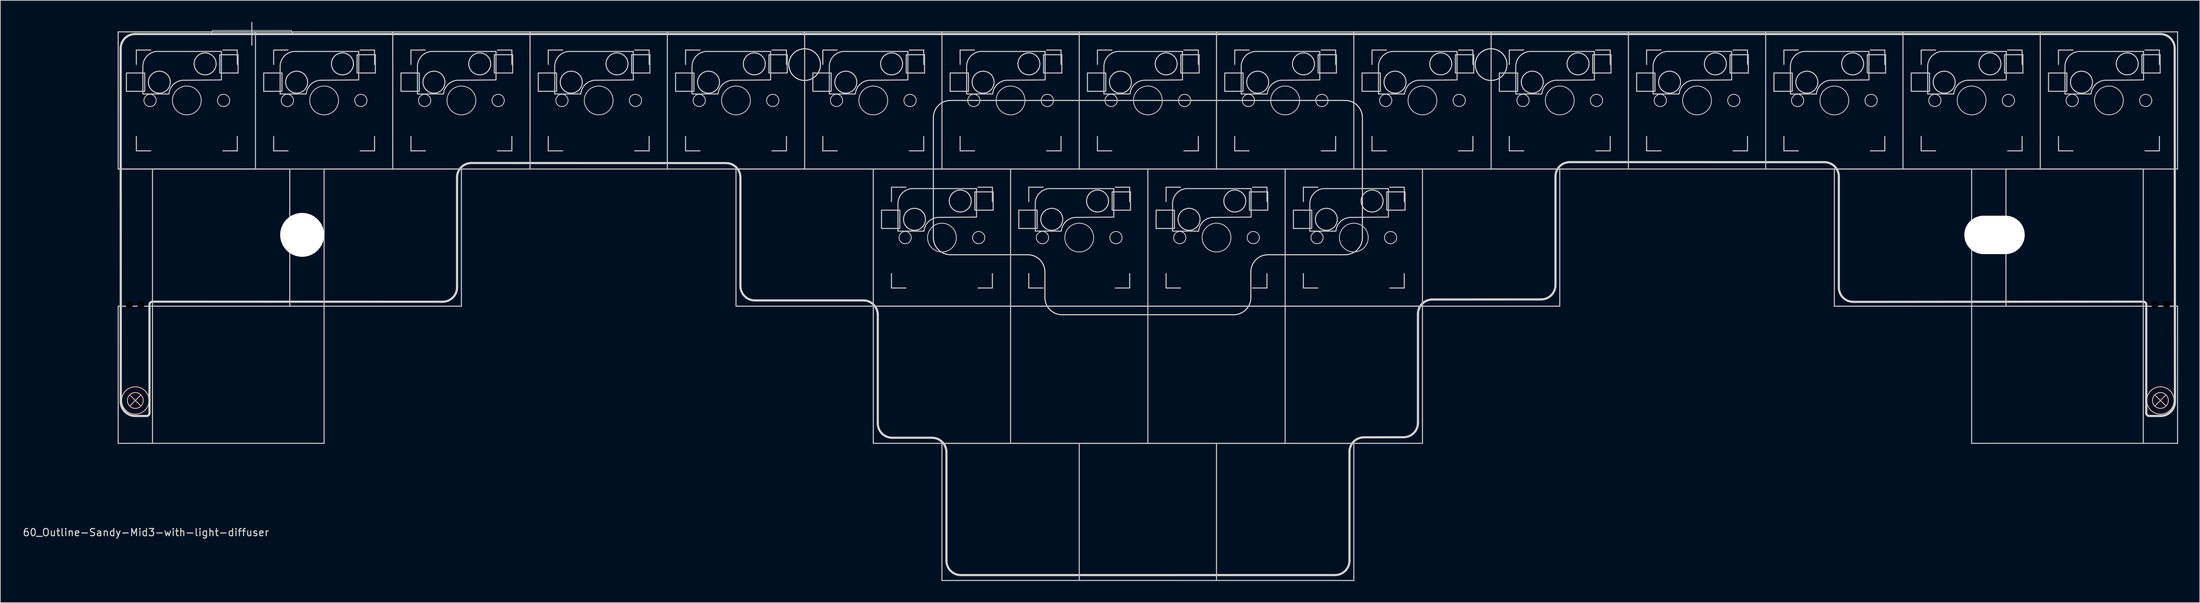
<source format=kicad_pcb>
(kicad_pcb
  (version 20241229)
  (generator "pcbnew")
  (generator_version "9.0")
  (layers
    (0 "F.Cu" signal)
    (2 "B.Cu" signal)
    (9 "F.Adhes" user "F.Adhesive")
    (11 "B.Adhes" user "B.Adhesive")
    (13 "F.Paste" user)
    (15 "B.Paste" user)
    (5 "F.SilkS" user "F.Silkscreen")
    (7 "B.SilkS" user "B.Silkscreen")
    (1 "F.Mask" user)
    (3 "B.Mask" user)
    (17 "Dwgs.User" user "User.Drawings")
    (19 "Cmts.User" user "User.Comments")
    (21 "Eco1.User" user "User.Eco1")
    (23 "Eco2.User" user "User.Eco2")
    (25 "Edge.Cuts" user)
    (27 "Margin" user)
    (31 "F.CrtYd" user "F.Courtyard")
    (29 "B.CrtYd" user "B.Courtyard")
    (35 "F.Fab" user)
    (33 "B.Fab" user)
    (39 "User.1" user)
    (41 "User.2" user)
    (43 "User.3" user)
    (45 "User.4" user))
  (footprint "60_Outline-Sandy-Mid3-with-light-diffuser"
    (layer "F.Cu")
    (at 156.221 39.475)
    (property "Reference" "60_Outline-Sandy-Mid3-with-light-diffuser" (at -139.025 31.425 0) (layer "Edge.Cuts") (effects (font (size 1 1) (thickness 0.15))))
    (attr through_hole)
    (fp_rect (start -141.43 1.072) (end -139.63 10.372) (stroke (width 1) (type solid)) (fill yes) (layer "F.Mask"))
    (fp_rect (start 141.43 1.072) (end 139.63 10.372) (stroke (width 1) (type solid)) (fill yes) (layer "F.Mask"))
    (fp_rect (start -141.43 1.072) (end -139.63 10.372) (stroke (width 1) (type solid)) (fill yes) (layer "B.Mask"))
    (fp_rect (start 141.43 1.072) (end 139.63 10.372) (stroke (width 1) (type solid)) (fill yes) (layer "B.Mask"))
    (fp_line (start -141.272 12.319) (end -139.716 13.875) (stroke (width 0.12) (type solid)) (layer "B.SilkS"))
    (fp_line (start -141.272 13.875) (end -139.716 12.319) (stroke (width 0.12) (type solid)) (layer "B.SilkS"))
    (fp_line (start 139.716 12.319) (end 141.272 13.875) (stroke (width 0.12) (type solid)) (layer "B.SilkS"))
    (fp_line (start 139.716 13.875) (end 141.272 12.319) (stroke (width 0.12) (type solid)) (layer "B.SilkS"))
    (fp_circle (center -140.494 13.097) (end -139.394 13.097) (stroke (width 0.12) (type solid)) (fill no) (layer "B.SilkS"))
    (fp_circle (center -140.494 13.097) (end -138.594 13.097) (stroke (width 0.12) (type solid)) (fill no) (layer "B.SilkS"))
    (fp_circle (center 140.494 13.097) (end 141.594 13.097) (stroke (width 0.12) (type solid)) (fill no) (layer "B.SilkS"))
    (fp_circle (center 140.494 13.097) (end 142.394 13.097) (stroke (width 0.12) (type solid)) (fill no) (layer "B.SilkS"))
    (fp_line (start -142.875 -38.1) (end -123.825 -38.1) (stroke (width 0.15) (type solid)) (layer "Dwgs.User"))
    (fp_line (start -142.875 -19.05) (end -142.875 -38.1) (stroke (width 0.15) (type solid)) (layer "Dwgs.User"))
    (fp_line (start -142.875 0) (end -114.3 0) (stroke (width 0.15) (type solid)) (layer "Dwgs.User"))
    (fp_line (start -142.875 19.05) (end -142.875 0) (stroke (width 0.15) (type solid)) (layer "Dwgs.User"))
    (fp_line (start -142.875 19.05) (end -114.3 19.05) (stroke (width 0.15) (type solid)) (layer "Dwgs.User"))
    (fp_line (start -141.732 -32.385) (end -141.732 -29.845) (stroke (width 0.15) (type solid)) (layer "Dwgs.User"))
    (fp_line (start -141.732 -29.845) (end -139.192 -29.845) (stroke (width 0.15) (type solid)) (layer "Dwgs.User"))
    (fp_line (start -140.35 -35.575) (end -140.35 -33.575) (stroke (width 0.15) (type solid)) (layer "Dwgs.User"))
    (fp_line (start -140.35 -23.575) (end -140.35 -21.575) (stroke (width 0.15) (type solid)) (layer "Dwgs.User"))
    (fp_line (start -140.35 -21.575) (end -138.35 -21.575) (stroke (width 0.15) (type solid)) (layer "Dwgs.User"))
    (fp_line (start -139.45 -33.425) (end -139.45 -29.48) (stroke (width 0.15) (type solid)) (layer "Dwgs.User"))
    (fp_line (start -139.45 -29.471) (end -135.84 -29.471) (stroke (width 0.15) (type solid)) (layer "Dwgs.User"))
    (fp_line (start -139.192 -32.385) (end -141.732 -32.385) (stroke (width 0.15) (type solid)) (layer "Dwgs.User"))
    (fp_line (start -139.192 -29.845) (end -139.192 -32.385) (stroke (width 0.15) (type solid)) (layer "Dwgs.User"))
    (fp_line (start -138.35 -35.575) (end -140.35 -35.575) (stroke (width 0.15) (type solid)) (layer "Dwgs.User"))
    (fp_line (start -138.113 -19.05) (end -119.062 -19.05) (stroke (width 0.15) (type solid)) (layer "Dwgs.User"))
    (fp_line (start -138.113 0) (end -138.113 -19.05) (stroke (width 0.15) (type solid)) (layer "Dwgs.User"))
    (fp_line (start -138.113 19.05) (end -138.113 0) (stroke (width 0.15) (type solid)) (layer "Dwgs.User"))
    (fp_line (start -129.825 -38.3) (end -118.825 -38.3) (stroke (width 0.1) (type solid)) (layer "Dwgs.User"))
    (fp_line (start -128.778 -34.925) (end -126.238 -34.925) (stroke (width 0.15) (type solid)) (layer "Dwgs.User"))
    (fp_line (start -128.778 -32.385) (end -128.778 -34.925) (stroke (width 0.15) (type solid)) (layer "Dwgs.User"))
    (fp_line (start -128.55 -35.379) (end -137.175 -35.379) (stroke (width 0.15) (type solid)) (layer "Dwgs.User"))
    (fp_line (start -128.55 -31.471) (end -128.55 -35.379) (stroke (width 0.15) (type solid)) (layer "Dwgs.User"))
    (fp_line (start -128.55 -31.425) (end -133.6 -31.379) (stroke (width 0.15) (type solid)) (layer "Dwgs.User"))
    (fp_line (start -128.35 -35.575) (end -126.35 -35.575) (stroke (width 0.15) (type solid)) (layer "Dwgs.User"))
    (fp_line (start -128.35 -21.575) (end -126.35 -21.575) (stroke (width 0.15) (type solid)) (layer "Dwgs.User"))
    (fp_line (start -126.35 -35.575) (end -126.35 -33.575) (stroke (width 0.15) (type solid)) (layer "Dwgs.User"))
    (fp_line (start -126.35 -21.575) (end -126.35 -23.575) (stroke (width 0.15) (type solid)) (layer "Dwgs.User"))
    (fp_line (start -126.238 -34.925) (end -126.238 -32.385) (stroke (width 0.15) (type solid)) (layer "Dwgs.User"))
    (fp_line (start -126.238 -32.385) (end -128.778 -32.385) (stroke (width 0.15) (type solid)) (layer "Dwgs.User"))
    (fp_line (start -124.325 -39.4) (end -124.325 -36.25) (stroke (width 0.15) (type solid)) (layer "Dwgs.User"))
    (fp_line (start -123.825 -38.1) (end -123.825 -19.05) (stroke (width 0.15) (type solid)) (layer "Dwgs.User"))
    (fp_line (start -123.825 -38.1) (end -104.775 -38.1) (stroke (width 0.15) (type solid)) (layer "Dwgs.User"))
    (fp_line (start -123.825 -19.05) (end -142.875 -19.05) (stroke (width 0.15) (type solid)) (layer "Dwgs.User"))
    (fp_line (start -123.825 -19.05) (end -142.875 -19.05) (stroke (width 0.15) (type solid)) (layer "Dwgs.User"))
    (fp_line (start -122.682 -32.385) (end -122.682 -29.845) (stroke (width 0.15) (type solid)) (layer "Dwgs.User"))
    (fp_line (start -122.682 -29.845) (end -120.142 -29.845) (stroke (width 0.15) (type solid)) (layer "Dwgs.User"))
    (fp_line (start -121.3 -35.575) (end -121.3 -33.575) (stroke (width 0.15) (type solid)) (layer "Dwgs.User"))
    (fp_line (start -121.3 -23.575) (end -121.3 -21.575) (stroke (width 0.15) (type solid)) (layer "Dwgs.User"))
    (fp_line (start -121.3 -21.575) (end -119.3 -21.575) (stroke (width 0.15) (type solid)) (layer "Dwgs.User"))
    (fp_line (start -120.4 -33.425) (end -120.4 -29.48) (stroke (width 0.15) (type solid)) (layer "Dwgs.User"))
    (fp_line (start -120.4 -29.471) (end -116.79 -29.471) (stroke (width 0.15) (type solid)) (layer "Dwgs.User"))
    (fp_line (start -120.142 -32.385) (end -122.682 -32.385) (stroke (width 0.15) (type solid)) (layer "Dwgs.User"))
    (fp_line (start -120.142 -29.845) (end -120.142 -32.385) (stroke (width 0.15) (type solid)) (layer "Dwgs.User"))
    (fp_line (start -119.3 -35.575) (end -121.3 -35.575) (stroke (width 0.15) (type solid)) (layer "Dwgs.User"))
    (fp_line (start -119.062 -19.05) (end -119.062 0) (stroke (width 0.15) (type solid)) (layer "Dwgs.User"))
    (fp_line (start -114.3 -19.05) (end -95.25 -19.05) (stroke (width 0.15) (type solid)) (layer "Dwgs.User"))
    (fp_line (start -114.3 0) (end -114.3 -19.05) (stroke (width 0.15) (type solid)) (layer "Dwgs.User"))
    (fp_line (start -114.3 0) (end -114.3 19.05) (stroke (width 0.15) (type solid)) (layer "Dwgs.User"))
    (fp_line (start -109.728 -34.925) (end -107.188 -34.925) (stroke (width 0.15) (type solid)) (layer "Dwgs.User"))
    (fp_line (start -109.728 -32.385) (end -109.728 -34.925) (stroke (width 0.15) (type solid)) (layer "Dwgs.User"))
    (fp_line (start -109.5 -35.379) (end -118.125 -35.379) (stroke (width 0.15) (type solid)) (layer "Dwgs.User"))
    (fp_line (start -109.5 -31.471) (end -109.5 -35.379) (stroke (width 0.15) (type solid)) (layer "Dwgs.User"))
    (fp_line (start -109.5 -31.425) (end -114.55 -31.379) (stroke (width 0.15) (type solid)) (layer "Dwgs.User"))
    (fp_line (start -109.3 -35.575) (end -107.3 -35.575) (stroke (width 0.15) (type solid)) (layer "Dwgs.User"))
    (fp_line (start -109.3 -21.575) (end -107.3 -21.575) (stroke (width 0.15) (type solid)) (layer "Dwgs.User"))
    (fp_line (start -107.3 -35.575) (end -107.3 -33.575) (stroke (width 0.15) (type solid)) (layer "Dwgs.User"))
    (fp_line (start -107.3 -21.575) (end -107.3 -23.575) (stroke (width 0.15) (type solid)) (layer "Dwgs.User"))
    (fp_line (start -107.188 -34.925) (end -107.188 -32.385) (stroke (width 0.15) (type solid)) (layer "Dwgs.User"))
    (fp_line (start -107.188 -32.385) (end -109.728 -32.385) (stroke (width 0.15) (type solid)) (layer "Dwgs.User"))
    (fp_line (start -104.775 -38.1) (end -85.725 -38.1) (stroke (width 0.15) (type solid)) (layer "Dwgs.User"))
    (fp_line (start -104.775 -19.05) (end -123.825 -19.05) (stroke (width 0.15) (type solid)) (layer "Dwgs.User"))
    (fp_line (start -104.775 -19.05) (end -104.775 -38.1) (stroke (width 0.15) (type solid)) (layer "Dwgs.User"))
    (fp_line (start -103.632 -32.385) (end -103.632 -29.845) (stroke (width 0.15) (type solid)) (layer "Dwgs.User"))
    (fp_line (start -103.632 -29.845) (end -101.092 -29.845) (stroke (width 0.15) (type solid)) (layer "Dwgs.User"))
    (fp_line (start -102.25 -35.575) (end -102.25 -33.575) (stroke (width 0.15) (type solid)) (layer "Dwgs.User"))
    (fp_line (start -102.25 -23.575) (end -102.25 -21.575) (stroke (width 0.15) (type solid)) (layer "Dwgs.User"))
    (fp_line (start -102.25 -21.575) (end -100.25 -21.575) (stroke (width 0.15) (type solid)) (layer "Dwgs.User"))
    (fp_line (start -101.35 -33.425) (end -101.35 -29.48) (stroke (width 0.15) (type solid)) (layer "Dwgs.User"))
    (fp_line (start -101.35 -29.471) (end -97.74 -29.471) (stroke (width 0.15) (type solid)) (layer "Dwgs.User"))
    (fp_line (start -101.092 -32.385) (end -103.632 -32.385) (stroke (width 0.15) (type solid)) (layer "Dwgs.User"))
    (fp_line (start -101.092 -29.845) (end -101.092 -32.385) (stroke (width 0.15) (type solid)) (layer "Dwgs.User"))
    (fp_line (start -100.25 -35.575) (end -102.25 -35.575) (stroke (width 0.15) (type solid)) (layer "Dwgs.User"))
    (fp_line (start -95.25 -19.05) (end -95.25 0) (stroke (width 0.15) (type solid)) (layer "Dwgs.User"))
    (fp_line (start -95.25 0) (end -114.3 0) (stroke (width 0.15) (type solid)) (layer "Dwgs.User"))
    (fp_line (start -90.678 -34.925) (end -88.138 -34.925) (stroke (width 0.15) (type solid)) (layer "Dwgs.User"))
    (fp_line (start -90.678 -32.385) (end -90.678 -34.925) (stroke (width 0.15) (type solid)) (layer "Dwgs.User"))
    (fp_line (start -90.45 -35.379) (end -99.075 -35.379) (stroke (width 0.15) (type solid)) (layer "Dwgs.User"))
    (fp_line (start -90.45 -31.471) (end -90.45 -35.379) (stroke (width 0.15) (type solid)) (layer "Dwgs.User"))
    (fp_line (start -90.45 -31.425) (end -95.5 -31.379) (stroke (width 0.15) (type solid)) (layer "Dwgs.User"))
    (fp_line (start -90.25 -35.575) (end -88.25 -35.575) (stroke (width 0.15) (type solid)) (layer "Dwgs.User"))
    (fp_line (start -90.25 -21.575) (end -88.25 -21.575) (stroke (width 0.15) (type solid)) (layer "Dwgs.User"))
    (fp_line (start -88.25 -35.575) (end -88.25 -33.575) (stroke (width 0.15) (type solid)) (layer "Dwgs.User"))
    (fp_line (start -88.25 -21.575) (end -88.25 -23.575) (stroke (width 0.15) (type solid)) (layer "Dwgs.User"))
    (fp_line (start -88.138 -34.925) (end -88.138 -32.385) (stroke (width 0.15) (type solid)) (layer "Dwgs.User"))
    (fp_line (start -88.138 -32.385) (end -90.678 -32.385) (stroke (width 0.15) (type solid)) (layer "Dwgs.User"))
    (fp_line (start -85.725 -38.1) (end -85.725 -19.05) (stroke (width 0.15) (type solid)) (layer "Dwgs.User"))
    (fp_line (start -85.725 -38.1) (end -66.675 -38.1) (stroke (width 0.15) (type solid)) (layer "Dwgs.User"))
    (fp_line (start -85.725 -19.05) (end -104.775 -19.05) (stroke (width 0.15) (type solid)) (layer "Dwgs.User"))
    (fp_line (start -84.582 -32.385) (end -84.582 -29.845) (stroke (width 0.15) (type solid)) (layer "Dwgs.User"))
    (fp_line (start -84.582 -29.845) (end -82.042 -29.845) (stroke (width 0.15) (type solid)) (layer "Dwgs.User"))
    (fp_line (start -83.2 -35.575) (end -83.2 -33.575) (stroke (width 0.15) (type solid)) (layer "Dwgs.User"))
    (fp_line (start -83.2 -23.575) (end -83.2 -21.575) (stroke (width 0.15) (type solid)) (layer "Dwgs.User"))
    (fp_line (start -83.2 -21.575) (end -81.2 -21.575) (stroke (width 0.15) (type solid)) (layer "Dwgs.User"))
    (fp_line (start -82.3 -33.425) (end -82.3 -29.48) (stroke (width 0.15) (type solid)) (layer "Dwgs.User"))
    (fp_line (start -82.3 -29.471) (end -78.69 -29.471) (stroke (width 0.15) (type solid)) (layer "Dwgs.User"))
    (fp_line (start -82.042 -32.385) (end -84.582 -32.385) (stroke (width 0.15) (type solid)) (layer "Dwgs.User"))
    (fp_line (start -82.042 -29.845) (end -82.042 -32.385) (stroke (width 0.15) (type solid)) (layer "Dwgs.User"))
    (fp_line (start -81.2 -35.575) (end -83.2 -35.575) (stroke (width 0.15) (type solid)) (layer "Dwgs.User"))
    (fp_line (start -71.628 -34.925) (end -69.088 -34.925) (stroke (width 0.15) (type solid)) (layer "Dwgs.User"))
    (fp_line (start -71.628 -32.385) (end -71.628 -34.925) (stroke (width 0.15) (type solid)) (layer "Dwgs.User"))
    (fp_line (start -71.4 -35.379) (end -80.025 -35.379) (stroke (width 0.15) (type solid)) (layer "Dwgs.User"))
    (fp_line (start -71.4 -31.471) (end -71.4 -35.379) (stroke (width 0.15) (type solid)) (layer "Dwgs.User"))
    (fp_line (start -71.4 -31.425) (end -76.45 -31.379) (stroke (width 0.15) (type solid)) (layer "Dwgs.User"))
    (fp_line (start -71.2 -35.575) (end -69.2 -35.575) (stroke (width 0.15) (type solid)) (layer "Dwgs.User"))
    (fp_line (start -71.2 -21.575) (end -69.2 -21.575) (stroke (width 0.15) (type solid)) (layer "Dwgs.User"))
    (fp_line (start -69.2 -35.575) (end -69.2 -33.575) (stroke (width 0.15) (type solid)) (layer "Dwgs.User"))
    (fp_line (start -69.2 -21.575) (end -69.2 -23.575) (stroke (width 0.15) (type solid)) (layer "Dwgs.User"))
    (fp_line (start -69.088 -34.925) (end -69.088 -32.385) (stroke (width 0.15) (type solid)) (layer "Dwgs.User"))
    (fp_line (start -69.088 -32.385) (end -71.628 -32.385) (stroke (width 0.15) (type solid)) (layer "Dwgs.User"))
    (fp_line (start -66.675 -38.1) (end -66.675 -19.05) (stroke (width 0.15) (type solid)) (layer "Dwgs.User"))
    (fp_line (start -66.675 -38.1) (end -47.625 -38.1) (stroke (width 0.15) (type solid)) (layer "Dwgs.User"))
    (fp_line (start -66.675 -19.05) (end -85.725 -19.05) (stroke (width 0.15) (type solid)) (layer "Dwgs.User"))
    (fp_line (start -65.532 -32.385) (end -65.532 -29.845) (stroke (width 0.15) (type solid)) (layer "Dwgs.User"))
    (fp_line (start -65.532 -29.845) (end -62.992 -29.845) (stroke (width 0.15) (type solid)) (layer "Dwgs.User"))
    (fp_line (start -64.15 -35.575) (end -64.15 -33.575) (stroke (width 0.15) (type solid)) (layer "Dwgs.User"))
    (fp_line (start -64.15 -23.575) (end -64.15 -21.575) (stroke (width 0.15) (type solid)) (layer "Dwgs.User"))
    (fp_line (start -64.15 -21.575) (end -62.15 -21.575) (stroke (width 0.15) (type solid)) (layer "Dwgs.User"))
    (fp_line (start -63.25 -33.425) (end -63.25 -29.48) (stroke (width 0.15) (type solid)) (layer "Dwgs.User"))
    (fp_line (start -63.25 -29.471) (end -59.64 -29.471) (stroke (width 0.15) (type solid)) (layer "Dwgs.User"))
    (fp_line (start -62.992 -32.385) (end -65.532 -32.385) (stroke (width 0.15) (type solid)) (layer "Dwgs.User"))
    (fp_line (start -62.992 -29.845) (end -62.992 -32.385) (stroke (width 0.15) (type solid)) (layer "Dwgs.User"))
    (fp_line (start -62.15 -35.575) (end -64.15 -35.575) (stroke (width 0.15) (type solid)) (layer "Dwgs.User"))
    (fp_line (start -57.15 -19.05) (end -38.1 -19.05) (stroke (width 0.15) (type solid)) (layer "Dwgs.User"))
    (fp_line (start -57.15 0) (end -57.15 -19.05) (stroke (width 0.15) (type solid)) (layer "Dwgs.User"))
    (fp_line (start -52.578 -34.925) (end -50.038 -34.925) (stroke (width 0.15) (type solid)) (layer "Dwgs.User"))
    (fp_line (start -52.578 -32.385) (end -52.578 -34.925) (stroke (width 0.15) (type solid)) (layer "Dwgs.User"))
    (fp_line (start -52.35 -35.379) (end -60.975 -35.379) (stroke (width 0.15) (type solid)) (layer "Dwgs.User"))
    (fp_line (start -52.35 -31.471) (end -52.35 -35.379) (stroke (width 0.15) (type solid)) (layer "Dwgs.User"))
    (fp_line (start -52.35 -31.425) (end -57.4 -31.379) (stroke (width 0.15) (type solid)) (layer "Dwgs.User"))
    (fp_line (start -52.15 -35.575) (end -50.15 -35.575) (stroke (width 0.15) (type solid)) (layer "Dwgs.User"))
    (fp_line (start -52.15 -21.575) (end -50.15 -21.575) (stroke (width 0.15) (type solid)) (layer "Dwgs.User"))
    (fp_line (start -50.15 -35.575) (end -50.15 -33.575) (stroke (width 0.15) (type solid)) (layer "Dwgs.User"))
    (fp_line (start -50.15 -21.575) (end -50.15 -23.575) (stroke (width 0.15) (type solid)) (layer "Dwgs.User"))
    (fp_line (start -50.038 -34.925) (end -50.038 -32.385) (stroke (width 0.15) (type solid)) (layer "Dwgs.User"))
    (fp_line (start -50.038 -32.385) (end -52.578 -32.385) (stroke (width 0.15) (type solid)) (layer "Dwgs.User"))
    (fp_line (start -47.625 -38.1) (end -28.575 -38.1) (stroke (width 0.15) (type solid)) (layer "Dwgs.User"))
    (fp_line (start -47.625 -19.05) (end -66.675 -19.05) (stroke (width 0.15) (type solid)) (layer "Dwgs.User"))
    (fp_line (start -47.625 -19.05) (end -47.625 -38.1) (stroke (width 0.15) (type solid)) (layer "Dwgs.User"))
    (fp_line (start -46.482 -32.385) (end -46.482 -29.845) (stroke (width 0.15) (type solid)) (layer "Dwgs.User"))
    (fp_line (start -46.482 -29.845) (end -43.942 -29.845) (stroke (width 0.15) (type solid)) (layer "Dwgs.User"))
    (fp_line (start -45.1 -35.575) (end -45.1 -33.575) (stroke (width 0.15) (type solid)) (layer "Dwgs.User"))
    (fp_line (start -45.1 -23.575) (end -45.1 -21.575) (stroke (width 0.15) (type solid)) (layer "Dwgs.User"))
    (fp_line (start -45.1 -21.575) (end -43.1 -21.575) (stroke (width 0.15) (type solid)) (layer "Dwgs.User"))
    (fp_line (start -44.2 -33.425) (end -44.2 -29.48) (stroke (width 0.15) (type solid)) (layer "Dwgs.User"))
    (fp_line (start -44.2 -29.471) (end -40.59 -29.471) (stroke (width 0.15) (type solid)) (layer "Dwgs.User"))
    (fp_line (start -43.942 -32.385) (end -46.482 -32.385) (stroke (width 0.15) (type solid)) (layer "Dwgs.User"))
    (fp_line (start -43.942 -29.845) (end -43.942 -32.385) (stroke (width 0.15) (type solid)) (layer "Dwgs.User"))
    (fp_line (start -43.1 -35.575) (end -45.1 -35.575) (stroke (width 0.15) (type solid)) (layer "Dwgs.User"))
    (fp_line (start -38.1 -19.05) (end -19.05 -19.05) (stroke (width 0.15) (type solid)) (layer "Dwgs.User"))
    (fp_line (start -38.1 0) (end -57.15 0) (stroke (width 0.15) (type solid)) (layer "Dwgs.User"))
    (fp_line (start -38.1 0) (end -38.1 -19.05) (stroke (width 0.15) (type solid)) (layer "Dwgs.User"))
    (fp_line (start -38.1 0) (end -19.05 0) (stroke (width 0.15) (type solid)) (layer "Dwgs.User"))
    (fp_line (start -38.1 19.05) (end -38.1 0) (stroke (width 0.15) (type solid)) (layer "Dwgs.User"))
    (fp_line (start -36.957 -13.335) (end -36.957 -10.795) (stroke (width 0.15) (type solid)) (layer "Dwgs.User"))
    (fp_line (start -36.957 -10.795) (end -34.417 -10.795) (stroke (width 0.15) (type solid)) (layer "Dwgs.User"))
    (fp_line (start -35.575 -16.525) (end -35.575 -14.525) (stroke (width 0.15) (type solid)) (layer "Dwgs.User"))
    (fp_line (start -35.575 -4.525) (end -35.575 -2.525) (stroke (width 0.15) (type solid)) (layer "Dwgs.User"))
    (fp_line (start -35.575 -2.525) (end -33.575 -2.525) (stroke (width 0.15) (type solid)) (layer "Dwgs.User"))
    (fp_line (start -34.675 -14.375) (end -34.675 -10.43) (stroke (width 0.15) (type solid)) (layer "Dwgs.User"))
    (fp_line (start -34.675 -10.421) (end -31.065 -10.421) (stroke (width 0.15) (type solid)) (layer "Dwgs.User"))
    (fp_line (start -34.417 -13.335) (end -36.957 -13.335) (stroke (width 0.15) (type solid)) (layer "Dwgs.User"))
    (fp_line (start -34.417 -10.795) (end -34.417 -13.335) (stroke (width 0.15) (type solid)) (layer "Dwgs.User"))
    (fp_line (start -33.575 -16.525) (end -35.575 -16.525) (stroke (width 0.15) (type solid)) (layer "Dwgs.User"))
    (fp_line (start -33.528 -34.925) (end -30.988 -34.925) (stroke (width 0.15) (type solid)) (layer "Dwgs.User"))
    (fp_line (start -33.528 -32.385) (end -33.528 -34.925) (stroke (width 0.15) (type solid)) (layer "Dwgs.User"))
    (fp_line (start -33.3 -35.379) (end -41.925 -35.379) (stroke (width 0.15) (type solid)) (layer "Dwgs.User"))
    (fp_line (start -33.3 -31.471) (end -33.3 -35.379) (stroke (width 0.15) (type solid)) (layer "Dwgs.User"))
    (fp_line (start -33.3 -31.425) (end -38.35 -31.379) (stroke (width 0.15) (type solid)) (layer "Dwgs.User"))
    (fp_line (start -33.1 -35.575) (end -31.1 -35.575) (stroke (width 0.15) (type solid)) (layer "Dwgs.User"))
    (fp_line (start -33.1 -21.575) (end -31.1 -21.575) (stroke (width 0.15) (type solid)) (layer "Dwgs.User"))
    (fp_line (start -31.1 -35.575) (end -31.1 -33.575) (stroke (width 0.15) (type solid)) (layer "Dwgs.User"))
    (fp_line (start -31.1 -21.575) (end -31.1 -23.575) (stroke (width 0.15) (type solid)) (layer "Dwgs.User"))
    (fp_line (start -30.988 -34.925) (end -30.988 -32.385) (stroke (width 0.15) (type solid)) (layer "Dwgs.User"))
    (fp_line (start -30.988 -32.385) (end -33.528 -32.385) (stroke (width 0.15) (type solid)) (layer "Dwgs.User"))
    (fp_line (start -28.575 -38.1) (end -9.525 -38.1) (stroke (width 0.15) (type solid)) (layer "Dwgs.User"))
    (fp_line (start -28.575 -19.05) (end -47.625 -19.05) (stroke (width 0.15) (type solid)) (layer "Dwgs.User"))
    (fp_line (start -28.575 -19.05) (end -28.575 -38.1) (stroke (width 0.15) (type solid)) (layer "Dwgs.User"))
    (fp_line (start -28.575 19.05) (end -9.525 19.05) (stroke (width 0.15) (type solid)) (layer "Dwgs.User"))
    (fp_line (start -28.575 38.1) (end -28.575 19.05) (stroke (width 0.15) (type solid)) (layer "Dwgs.User"))
    (fp_line (start -27.432 -32.385) (end -27.432 -29.845) (stroke (width 0.15) (type solid)) (layer "Dwgs.User"))
    (fp_line (start -27.432 -29.845) (end -24.892 -29.845) (stroke (width 0.15) (type solid)) (layer "Dwgs.User"))
    (fp_line (start -26.05 -35.575) (end -26.05 -33.575) (stroke (width 0.15) (type solid)) (layer "Dwgs.User"))
    (fp_line (start -26.05 -23.575) (end -26.05 -21.575) (stroke (width 0.15) (type solid)) (layer "Dwgs.User"))
    (fp_line (start -26.05 -21.575) (end -24.05 -21.575) (stroke (width 0.15) (type solid)) (layer "Dwgs.User"))
    (fp_line (start -25.15 -33.425) (end -25.15 -29.48) (stroke (width 0.15) (type solid)) (layer "Dwgs.User"))
    (fp_line (start -25.15 -29.471) (end -21.54 -29.471) (stroke (width 0.15) (type solid)) (layer "Dwgs.User"))
    (fp_line (start -24.892 -32.385) (end -27.432 -32.385) (stroke (width 0.15) (type solid)) (layer "Dwgs.User"))
    (fp_line (start -24.892 -29.845) (end -24.892 -32.385) (stroke (width 0.15) (type solid)) (layer "Dwgs.User"))
    (fp_line (start -24.05 -35.575) (end -26.05 -35.575) (stroke (width 0.15) (type solid)) (layer "Dwgs.User"))
    (fp_line (start -24.003 -15.875) (end -21.463 -15.875) (stroke (width 0.15) (type solid)) (layer "Dwgs.User"))
    (fp_line (start -24.003 -13.335) (end -24.003 -15.875) (stroke (width 0.15) (type solid)) (layer "Dwgs.User"))
    (fp_line (start -23.775 -16.329) (end -32.4 -16.329) (stroke (width 0.15) (type solid)) (layer "Dwgs.User"))
    (fp_line (start -23.775 -12.421) (end -23.775 -16.329) (stroke (width 0.15) (type solid)) (layer "Dwgs.User"))
    (fp_line (start -23.775 -12.375) (end -28.825 -12.329) (stroke (width 0.15) (type solid)) (layer "Dwgs.User"))
    (fp_line (start -23.575 -16.525) (end -21.575 -16.525) (stroke (width 0.15) (type solid)) (layer "Dwgs.User"))
    (fp_line (start -23.575 -2.525) (end -21.575 -2.525) (stroke (width 0.15) (type solid)) (layer "Dwgs.User"))
    (fp_line (start -21.575 -16.525) (end -21.575 -14.525) (stroke (width 0.15) (type solid)) (layer "Dwgs.User"))
    (fp_line (start -21.575 -2.525) (end -21.575 -4.525) (stroke (width 0.15) (type solid)) (layer "Dwgs.User"))
    (fp_line (start -21.463 -15.875) (end -21.463 -13.335) (stroke (width 0.15) (type solid)) (layer "Dwgs.User"))
    (fp_line (start -21.463 -13.335) (end -24.003 -13.335) (stroke (width 0.15) (type solid)) (layer "Dwgs.User"))
    (fp_line (start -19.05 -19.05) (end -19.05 0) (stroke (width 0.15) (type solid)) (layer "Dwgs.User"))
    (fp_line (start -19.05 -19.05) (end 0 -19.05) (stroke (width 0.15) (type solid)) (layer "Dwgs.User"))
    (fp_line (start -19.05 0) (end -38.1 0) (stroke (width 0.15) (type solid)) (layer "Dwgs.User"))
    (fp_line (start -19.05 0) (end 0 0) (stroke (width 0.15) (type solid)) (layer "Dwgs.User"))
    (fp_line (start -19.05 19.05) (end -38.1 19.05) (stroke (width 0.15) (type solid)) (layer "Dwgs.User"))
    (fp_line (start -19.05 19.05) (end -19.05 0) (stroke (width 0.15) (type solid)) (layer "Dwgs.User"))
    (fp_line (start -17.907 -13.335) (end -17.907 -10.795) (stroke (width 0.15) (type solid)) (layer "Dwgs.User"))
    (fp_line (start -17.907 -10.795) (end -15.367 -10.795) (stroke (width 0.15) (type solid)) (layer "Dwgs.User"))
    (fp_line (start -16.525 -16.525) (end -16.525 -14.525) (stroke (width 0.15) (type solid)) (layer "Dwgs.User"))
    (fp_line (start -16.525 -4.525) (end -16.525 -2.525) (stroke (width 0.15) (type solid)) (layer "Dwgs.User"))
    (fp_line (start -16.525 -2.525) (end -14.525 -2.525) (stroke (width 0.15) (type solid)) (layer "Dwgs.User"))
    (fp_line (start -15.625 -14.375) (end -15.625 -10.43) (stroke (width 0.15) (type solid)) (layer "Dwgs.User"))
    (fp_line (start -15.625 -10.421) (end -12.015 -10.421) (stroke (width 0.15) (type solid)) (layer "Dwgs.User"))
    (fp_line (start -15.367 -13.335) (end -17.907 -13.335) (stroke (width 0.15) (type solid)) (layer "Dwgs.User"))
    (fp_line (start -15.367 -10.795) (end -15.367 -13.335) (stroke (width 0.15) (type solid)) (layer "Dwgs.User"))
    (fp_line (start -14.525 -16.525) (end -16.525 -16.525) (stroke (width 0.15) (type solid)) (layer "Dwgs.User"))
    (fp_line (start -14.478 -34.925) (end -11.938 -34.925) (stroke (width 0.15) (type solid)) (layer "Dwgs.User"))
    (fp_line (start -14.478 -32.385) (end -14.478 -34.925) (stroke (width 0.15) (type solid)) (layer "Dwgs.User"))
    (fp_line (start -14.25 -35.379) (end -22.875 -35.379) (stroke (width 0.15) (type solid)) (layer "Dwgs.User"))
    (fp_line (start -14.25 -31.471) (end -14.25 -35.379) (stroke (width 0.15) (type solid)) (layer "Dwgs.User"))
    (fp_line (start -14.25 -31.425) (end -19.3 -31.379) (stroke (width 0.15) (type solid)) (layer "Dwgs.User"))
    (fp_line (start -14.05 -35.575) (end -12.05 -35.575) (stroke (width 0.15) (type solid)) (layer "Dwgs.User"))
    (fp_line (start -14.05 -21.575) (end -12.05 -21.575) (stroke (width 0.15) (type solid)) (layer "Dwgs.User"))
    (fp_line (start -12.05 -35.575) (end -12.05 -33.575) (stroke (width 0.15) (type solid)) (layer "Dwgs.User"))
    (fp_line (start -12.05 -21.575) (end -12.05 -23.575) (stroke (width 0.15) (type solid)) (layer "Dwgs.User"))
    (fp_line (start -11.938 -34.925) (end -11.938 -32.385) (stroke (width 0.15) (type solid)) (layer "Dwgs.User"))
    (fp_line (start -11.938 -32.385) (end -14.478 -32.385) (stroke (width 0.15) (type solid)) (layer "Dwgs.User"))
    (fp_line (start -9.525 -38.1) (end 9.525 -38.1) (stroke (width 0.15) (type solid)) (layer "Dwgs.User"))
    (fp_line (start -9.525 -19.05) (end -28.575 -19.05) (stroke (width 0.15) (type solid)) (layer "Dwgs.User"))
    (fp_line (start -9.525 -19.05) (end -9.525 -38.1) (stroke (width 0.15) (type solid)) (layer "Dwgs.User"))
    (fp_line (start -9.525 19.05) (end 9.525 19.05) (stroke (width 0.15) (type solid)) (layer "Dwgs.User"))
    (fp_line (start -9.525 38.1) (end -28.575 38.1) (stroke (width 0.15) (type solid)) (layer "Dwgs.User"))
    (fp_line (start -9.525 38.1) (end -9.525 19.05) (stroke (width 0.15) (type solid)) (layer "Dwgs.User"))
    (fp_line (start -8.382 -32.385) (end -8.382 -29.845) (stroke (width 0.15) (type solid)) (layer "Dwgs.User"))
    (fp_line (start -8.382 -29.845) (end -5.842 -29.845) (stroke (width 0.15) (type solid)) (layer "Dwgs.User"))
    (fp_line (start -7 -35.575) (end -7 -33.575) (stroke (width 0.15) (type solid)) (layer "Dwgs.User"))
    (fp_line (start -7 -23.575) (end -7 -21.575) (stroke (width 0.15) (type solid)) (layer "Dwgs.User"))
    (fp_line (start -7 -21.575) (end -5 -21.575) (stroke (width 0.15) (type solid)) (layer "Dwgs.User"))
    (fp_line (start -6.1 -33.425) (end -6.1 -29.48) (stroke (width 0.15) (type solid)) (layer "Dwgs.User"))
    (fp_line (start -6.1 -29.471) (end -2.49 -29.471) (stroke (width 0.15) (type solid)) (layer "Dwgs.User"))
    (fp_line (start -5.842 -32.385) (end -8.382 -32.385) (stroke (width 0.15) (type solid)) (layer "Dwgs.User"))
    (fp_line (start -5.842 -29.845) (end -5.842 -32.385) (stroke (width 0.15) (type solid)) (layer "Dwgs.User"))
    (fp_line (start -5 -35.575) (end -7 -35.575) (stroke (width 0.15) (type solid)) (layer "Dwgs.User"))
    (fp_line (start -4.953 -15.875) (end -2.413 -15.875) (stroke (width 0.15) (type solid)) (layer "Dwgs.User"))
    (fp_line (start -4.953 -13.335) (end -4.953 -15.875) (stroke (width 0.15) (type solid)) (layer "Dwgs.User"))
    (fp_line (start -4.725 -16.329) (end -13.35 -16.329) (stroke (width 0.15) (type solid)) (layer "Dwgs.User"))
    (fp_line (start -4.725 -12.421) (end -4.725 -16.329) (stroke (width 0.15) (type solid)) (layer "Dwgs.User"))
    (fp_line (start -4.725 -12.375) (end -9.775 -12.329) (stroke (width 0.15) (type solid)) (layer "Dwgs.User"))
    (fp_line (start -4.525 -16.525) (end -2.525 -16.525) (stroke (width 0.15) (type solid)) (layer "Dwgs.User"))
    (fp_line (start -4.525 -2.525) (end -2.525 -2.525) (stroke (width 0.15) (type solid)) (layer "Dwgs.User"))
    (fp_line (start -2.525 -16.525) (end -2.525 -14.525) (stroke (width 0.15) (type solid)) (layer "Dwgs.User"))
    (fp_line (start -2.525 -2.525) (end -2.525 -4.525) (stroke (width 0.15) (type solid)) (layer "Dwgs.User"))
    (fp_line (start -2.413 -15.875) (end -2.413 -13.335) (stroke (width 0.15) (type solid)) (layer "Dwgs.User"))
    (fp_line (start -2.413 -13.335) (end -4.953 -13.335) (stroke (width 0.15) (type solid)) (layer "Dwgs.User"))
    (fp_line (start 0 -19.05) (end 0 0) (stroke (width 0.15) (type solid)) (layer "Dwgs.User"))
    (fp_line (start 0 -19.05) (end 19.05 -19.05) (stroke (width 0.15) (type solid)) (layer "Dwgs.User"))
    (fp_line (start 0 0) (end -19.05 0) (stroke (width 0.15) (type solid)) (layer "Dwgs.User"))
    (fp_line (start 0 0) (end 19.05 0) (stroke (width 0.15) (type solid)) (layer "Dwgs.User"))
    (fp_line (start 0 19.05) (end -19.05 19.05) (stroke (width 0.15) (type solid)) (layer "Dwgs.User"))
    (fp_line (start 0 19.05) (end 0 0) (stroke (width 0.15) (type solid)) (layer "Dwgs.User"))
    (fp_line (start 1.143 -13.335) (end 1.143 -10.795) (stroke (width 0.15) (type solid)) (layer "Dwgs.User"))
    (fp_line (start 1.143 -10.795) (end 3.683 -10.795) (stroke (width 0.15) (type solid)) (layer "Dwgs.User"))
    (fp_line (start 2.525 -16.525) (end 2.525 -14.525) (stroke (width 0.15) (type solid)) (layer "Dwgs.User"))
    (fp_line (start 2.525 -4.525) (end 2.525 -2.525) (stroke (width 0.15) (type solid)) (layer "Dwgs.User"))
    (fp_line (start 2.525 -2.525) (end 4.525 -2.525) (stroke (width 0.15) (type solid)) (layer "Dwgs.User"))
    (fp_line (start 3.425 -14.375) (end 3.425 -10.43) (stroke (width 0.15) (type solid)) (layer "Dwgs.User"))
    (fp_line (start 3.425 -10.421) (end 7.035 -10.421) (stroke (width 0.15) (type solid)) (layer "Dwgs.User"))
    (fp_line (start 3.683 -13.335) (end 1.143 -13.335) (stroke (width 0.15) (type solid)) (layer "Dwgs.User"))
    (fp_line (start 3.683 -10.795) (end 3.683 -13.335) (stroke (width 0.15) (type solid)) (layer "Dwgs.User"))
    (fp_line (start 4.525 -16.525) (end 2.525 -16.525) (stroke (width 0.15) (type solid)) (layer "Dwgs.User"))
    (fp_line (start 4.572 -34.925) (end 7.112 -34.925) (stroke (width 0.15) (type solid)) (layer "Dwgs.User"))
    (fp_line (start 4.572 -32.385) (end 4.572 -34.925) (stroke (width 0.15) (type solid)) (layer "Dwgs.User"))
    (fp_line (start 4.8 -35.379) (end -3.825 -35.379) (stroke (width 0.15) (type solid)) (layer "Dwgs.User"))
    (fp_line (start 4.8 -31.471) (end 4.8 -35.379) (stroke (width 0.15) (type solid)) (layer "Dwgs.User"))
    (fp_line (start 4.8 -31.425) (end -0.25 -31.379) (stroke (width 0.15) (type solid)) (layer "Dwgs.User"))
    (fp_line (start 5 -35.575) (end 7 -35.575) (stroke (width 0.15) (type solid)) (layer "Dwgs.User"))
    (fp_line (start 5 -21.575) (end 7 -21.575) (stroke (width 0.15) (type solid)) (layer "Dwgs.User"))
    (fp_line (start 7 -35.575) (end 7 -33.575) (stroke (width 0.15) (type solid)) (layer "Dwgs.User"))
    (fp_line (start 7 -21.575) (end 7 -23.575) (stroke (width 0.15) (type solid)) (layer "Dwgs.User"))
    (fp_line (start 7.112 -34.925) (end 7.112 -32.385) (stroke (width 0.15) (type solid)) (layer "Dwgs.User"))
    (fp_line (start 7.112 -32.385) (end 4.572 -32.385) (stroke (width 0.15) (type solid)) (layer "Dwgs.User"))
    (fp_line (start 9.525 -38.1) (end 28.575 -38.1) (stroke (width 0.15) (type solid)) (layer "Dwgs.User"))
    (fp_line (start 9.525 -19.05) (end -9.525 -19.05) (stroke (width 0.15) (type solid)) (layer "Dwgs.User"))
    (fp_line (start 9.525 -19.05) (end 9.525 -38.1) (stroke (width 0.15) (type solid)) (layer "Dwgs.User"))
    (fp_line (start 9.525 19.05) (end 28.575 19.05) (stroke (width 0.15) (type solid)) (layer "Dwgs.User"))
    (fp_line (start 9.525 38.1) (end -9.525 38.1) (stroke (width 0.15) (type solid)) (layer "Dwgs.User"))
    (fp_line (start 9.525 38.1) (end 9.525 19.05) (stroke (width 0.15) (type solid)) (layer "Dwgs.User"))
    (fp_line (start 10.668 -32.385) (end 10.668 -29.845) (stroke (width 0.15) (type solid)) (layer "Dwgs.User"))
    (fp_line (start 10.668 -29.845) (end 13.208 -29.845) (stroke (width 0.15) (type solid)) (layer "Dwgs.User"))
    (fp_line (start 12.05 -35.575) (end 12.05 -33.575) (stroke (width 0.15) (type solid)) (layer "Dwgs.User"))
    (fp_line (start 12.05 -23.575) (end 12.05 -21.575) (stroke (width 0.15) (type solid)) (layer "Dwgs.User"))
    (fp_line (start 12.05 -21.575) (end 14.05 -21.575) (stroke (width 0.15) (type solid)) (layer "Dwgs.User"))
    (fp_line (start 12.95 -33.425) (end 12.95 -29.48) (stroke (width 0.15) (type solid)) (layer "Dwgs.User"))
    (fp_line (start 12.95 -29.471) (end 16.56 -29.471) (stroke (width 0.15) (type solid)) (layer "Dwgs.User"))
    (fp_line (start 13.208 -32.385) (end 10.668 -32.385) (stroke (width 0.15) (type solid)) (layer "Dwgs.User"))
    (fp_line (start 13.208 -29.845) (end 13.208 -32.385) (stroke (width 0.15) (type solid)) (layer "Dwgs.User"))
    (fp_line (start 14.05 -35.575) (end 12.05 -35.575) (stroke (width 0.15) (type solid)) (layer "Dwgs.User"))
    (fp_line (start 14.097 -15.875) (end 16.637 -15.875) (stroke (width 0.15) (type solid)) (layer "Dwgs.User"))
    (fp_line (start 14.097 -13.335) (end 14.097 -15.875) (stroke (width 0.15) (type solid)) (layer "Dwgs.User"))
    (fp_line (start 14.325 -16.329) (end 5.7 -16.329) (stroke (width 0.15) (type solid)) (layer "Dwgs.User"))
    (fp_line (start 14.325 -12.421) (end 14.325 -16.329) (stroke (width 0.15) (type solid)) (layer "Dwgs.User"))
    (fp_line (start 14.325 -12.375) (end 9.275 -12.329) (stroke (width 0.15) (type solid)) (layer "Dwgs.User"))
    (fp_line (start 14.525 -16.525) (end 16.525 -16.525) (stroke (width 0.15) (type solid)) (layer "Dwgs.User"))
    (fp_line (start 14.525 -2.525) (end 16.525 -2.525) (stroke (width 0.15) (type solid)) (layer "Dwgs.User"))
    (fp_line (start 16.525 -16.525) (end 16.525 -14.525) (stroke (width 0.15) (type solid)) (layer "Dwgs.User"))
    (fp_line (start 16.525 -2.525) (end 16.525 -4.525) (stroke (width 0.15) (type solid)) (layer "Dwgs.User"))
    (fp_line (start 16.637 -15.875) (end 16.637 -13.335) (stroke (width 0.15) (type solid)) (layer "Dwgs.User"))
    (fp_line (start 16.637 -13.335) (end 14.097 -13.335) (stroke (width 0.15) (type solid)) (layer "Dwgs.User"))
    (fp_line (start 19.05 -19.05) (end 38.1 -19.05) (stroke (width 0.15) (type solid)) (layer "Dwgs.User"))
    (fp_line (start 19.05 0) (end 0 0) (stroke (width 0.15) (type solid)) (layer "Dwgs.User"))
    (fp_line (start 19.05 0) (end 19.05 -19.05) (stroke (width 0.15) (type solid)) (layer "Dwgs.User"))
    (fp_line (start 19.05 0) (end 38.1 0) (stroke (width 0.15) (type solid)) (layer "Dwgs.User"))
    (fp_line (start 19.05 19.05) (end 0 19.05) (stroke (width 0.15) (type solid)) (layer "Dwgs.User"))
    (fp_line (start 19.05 19.05) (end 19.05 0) (stroke (width 0.15) (type solid)) (layer "Dwgs.User"))
    (fp_line (start 20.193 -13.335) (end 20.193 -10.795) (stroke (width 0.15) (type solid)) (layer "Dwgs.User"))
    (fp_line (start 20.193 -10.795) (end 22.733 -10.795) (stroke (width 0.15) (type solid)) (layer "Dwgs.User"))
    (fp_line (start 21.575 -16.525) (end 21.575 -14.525) (stroke (width 0.15) (type solid)) (layer "Dwgs.User"))
    (fp_line (start 21.575 -4.525) (end 21.575 -2.525) (stroke (width 0.15) (type solid)) (layer "Dwgs.User"))
    (fp_line (start 21.575 -2.525) (end 23.575 -2.525) (stroke (width 0.15) (type solid)) (layer "Dwgs.User"))
    (fp_line (start 22.475 -14.375) (end 22.475 -10.43) (stroke (width 0.15) (type solid)) (layer "Dwgs.User"))
    (fp_line (start 22.475 -10.421) (end 26.085 -10.421) (stroke (width 0.15) (type solid)) (layer "Dwgs.User"))
    (fp_line (start 22.733 -13.335) (end 20.193 -13.335) (stroke (width 0.15) (type solid)) (layer "Dwgs.User"))
    (fp_line (start 22.733 -10.795) (end 22.733 -13.335) (stroke (width 0.15) (type solid)) (layer "Dwgs.User"))
    (fp_line (start 23.575 -16.525) (end 21.575 -16.525) (stroke (width 0.15) (type solid)) (layer "Dwgs.User"))
    (fp_line (start 23.622 -34.925) (end 26.162 -34.925) (stroke (width 0.15) (type solid)) (layer "Dwgs.User"))
    (fp_line (start 23.622 -32.385) (end 23.622 -34.925) (stroke (width 0.15) (type solid)) (layer "Dwgs.User"))
    (fp_line (start 23.85 -35.379) (end 15.225 -35.379) (stroke (width 0.15) (type solid)) (layer "Dwgs.User"))
    (fp_line (start 23.85 -31.471) (end 23.85 -35.379) (stroke (width 0.15) (type solid)) (layer "Dwgs.User"))
    (fp_line (start 23.85 -31.425) (end 18.8 -31.379) (stroke (width 0.15) (type solid)) (layer "Dwgs.User"))
    (fp_line (start 24.05 -35.575) (end 26.05 -35.575) (stroke (width 0.15) (type solid)) (layer "Dwgs.User"))
    (fp_line (start 24.05 -21.575) (end 26.05 -21.575) (stroke (width 0.15) (type solid)) (layer "Dwgs.User"))
    (fp_line (start 26.05 -35.575) (end 26.05 -33.575) (stroke (width 0.15) (type solid)) (layer "Dwgs.User"))
    (fp_line (start 26.05 -21.575) (end 26.05 -23.575) (stroke (width 0.15) (type solid)) (layer "Dwgs.User"))
    (fp_line (start 26.162 -34.925) (end 26.162 -32.385) (stroke (width 0.15) (type solid)) (layer "Dwgs.User"))
    (fp_line (start 26.162 -32.385) (end 23.622 -32.385) (stroke (width 0.15) (type solid)) (layer "Dwgs.User"))
    (fp_line (start 28.575 -38.1) (end 47.625 -38.1) (stroke (width 0.15) (type solid)) (layer "Dwgs.User"))
    (fp_line (start 28.575 -19.05) (end 9.525 -19.05) (stroke (width 0.15) (type solid)) (layer "Dwgs.User"))
    (fp_line (start 28.575 -19.05) (end 28.575 -38.1) (stroke (width 0.15) (type solid)) (layer "Dwgs.User"))
    (fp_line (start 28.575 19.05) (end 28.575 38.1) (stroke (width 0.15) (type solid)) (layer "Dwgs.User"))
    (fp_line (start 28.575 38.1) (end 9.525 38.1) (stroke (width 0.15) (type solid)) (layer "Dwgs.User"))
    (fp_line (start 29.718 -32.385) (end 29.718 -29.845) (stroke (width 0.15) (type solid)) (layer "Dwgs.User"))
    (fp_line (start 29.718 -29.845) (end 32.258 -29.845) (stroke (width 0.15) (type solid)) (layer "Dwgs.User"))
    (fp_line (start 31.1 -35.575) (end 31.1 -33.575) (stroke (width 0.15) (type solid)) (layer "Dwgs.User"))
    (fp_line (start 31.1 -23.575) (end 31.1 -21.575) (stroke (width 0.15) (type solid)) (layer "Dwgs.User"))
    (fp_line (start 31.1 -21.575) (end 33.1 -21.575) (stroke (width 0.15) (type solid)) (layer "Dwgs.User"))
    (fp_line (start 32 -33.425) (end 32 -29.48) (stroke (width 0.15) (type solid)) (layer "Dwgs.User"))
    (fp_line (start 32 -29.471) (end 35.61 -29.471) (stroke (width 0.15) (type solid)) (layer "Dwgs.User"))
    (fp_line (start 32.258 -32.385) (end 29.718 -32.385) (stroke (width 0.15) (type solid)) (layer "Dwgs.User"))
    (fp_line (start 32.258 -29.845) (end 32.258 -32.385) (stroke (width 0.15) (type solid)) (layer "Dwgs.User"))
    (fp_line (start 33.1 -35.575) (end 31.1 -35.575) (stroke (width 0.15) (type solid)) (layer "Dwgs.User"))
    (fp_line (start 33.147 -15.875) (end 35.687 -15.875) (stroke (width 0.15) (type solid)) (layer "Dwgs.User"))
    (fp_line (start 33.147 -13.335) (end 33.147 -15.875) (stroke (width 0.15) (type solid)) (layer "Dwgs.User"))
    (fp_line (start 33.375 -16.329) (end 24.75 -16.329) (stroke (width 0.15) (type solid)) (layer "Dwgs.User"))
    (fp_line (start 33.375 -12.421) (end 33.375 -16.329) (stroke (width 0.15) (type solid)) (layer "Dwgs.User"))
    (fp_line (start 33.375 -12.375) (end 28.325 -12.329) (stroke (width 0.15) (type solid)) (layer "Dwgs.User"))
    (fp_line (start 33.575 -16.525) (end 35.575 -16.525) (stroke (width 0.15) (type solid)) (layer "Dwgs.User"))
    (fp_line (start 33.575 -2.525) (end 35.575 -2.525) (stroke (width 0.15) (type solid)) (layer "Dwgs.User"))
    (fp_line (start 35.575 -16.525) (end 35.575 -14.525) (stroke (width 0.15) (type solid)) (layer "Dwgs.User"))
    (fp_line (start 35.575 -2.525) (end 35.575 -4.525) (stroke (width 0.15) (type solid)) (layer "Dwgs.User"))
    (fp_line (start 35.687 -15.875) (end 35.687 -13.335) (stroke (width 0.15) (type solid)) (layer "Dwgs.User"))
    (fp_line (start 35.687 -13.335) (end 33.147 -13.335) (stroke (width 0.15) (type solid)) (layer "Dwgs.User"))
    (fp_line (start 38.1 -19.05) (end 38.1 0) (stroke (width 0.15) (type solid)) (layer "Dwgs.User"))
    (fp_line (start 38.1 -19.05) (end 57.15 -19.05) (stroke (width 0.15) (type solid)) (layer "Dwgs.User"))
    (fp_line (start 38.1 0) (end 19.05 0) (stroke (width 0.15) (type solid)) (layer "Dwgs.User"))
    (fp_line (start 38.1 0) (end 38.1 19.05) (stroke (width 0.15) (type solid)) (layer "Dwgs.User"))
    (fp_line (start 38.1 19.05) (end 19.05 19.05) (stroke (width 0.15) (type solid)) (layer "Dwgs.User"))
    (fp_line (start 42.672 -34.925) (end 45.212 -34.925) (stroke (width 0.15) (type solid)) (layer "Dwgs.User"))
    (fp_line (start 42.672 -32.385) (end 42.672 -34.925) (stroke (width 0.15) (type solid)) (layer "Dwgs.User"))
    (fp_line (start 42.9 -35.379) (end 34.275 -35.379) (stroke (width 0.15) (type solid)) (layer "Dwgs.User"))
    (fp_line (start 42.9 -31.471) (end 42.9 -35.379) (stroke (width 0.15) (type solid)) (layer "Dwgs.User"))
    (fp_line (start 42.9 -31.425) (end 37.85 -31.379) (stroke (width 0.15) (type solid)) (layer "Dwgs.User"))
    (fp_line (start 43.1 -35.575) (end 45.1 -35.575) (stroke (width 0.15) (type solid)) (layer "Dwgs.User"))
    (fp_line (start 43.1 -21.575) (end 45.1 -21.575) (stroke (width 0.15) (type solid)) (layer "Dwgs.User"))
    (fp_line (start 45.1 -35.575) (end 45.1 -33.575) (stroke (width 0.15) (type solid)) (layer "Dwgs.User"))
    (fp_line (start 45.1 -21.575) (end 45.1 -23.575) (stroke (width 0.15) (type solid)) (layer "Dwgs.User"))
    (fp_line (start 45.212 -34.925) (end 45.212 -32.385) (stroke (width 0.15) (type solid)) (layer "Dwgs.User"))
    (fp_line (start 45.212 -32.385) (end 42.672 -32.385) (stroke (width 0.15) (type solid)) (layer "Dwgs.User"))
    (fp_line (start 47.625 -38.1) (end 66.675 -38.1) (stroke (width 0.15) (type solid)) (layer "Dwgs.User"))
    (fp_line (start 47.625 -19.05) (end 28.575 -19.05) (stroke (width 0.15) (type solid)) (layer "Dwgs.User"))
    (fp_line (start 47.625 -19.05) (end 47.625 -38.1) (stroke (width 0.15) (type solid)) (layer "Dwgs.User"))
    (fp_line (start 48.768 -32.385) (end 48.768 -29.845) (stroke (width 0.15) (type solid)) (layer "Dwgs.User"))
    (fp_line (start 48.768 -29.845) (end 51.308 -29.845) (stroke (width 0.15) (type solid)) (layer "Dwgs.User"))
    (fp_line (start 50.15 -35.575) (end 50.15 -33.575) (stroke (width 0.15) (type solid)) (layer "Dwgs.User"))
    (fp_line (start 50.15 -23.575) (end 50.15 -21.575) (stroke (width 0.15) (type solid)) (layer "Dwgs.User"))
    (fp_line (start 50.15 -21.575) (end 52.15 -21.575) (stroke (width 0.15) (type solid)) (layer "Dwgs.User"))
    (fp_line (start 51.05 -33.425) (end 51.05 -29.48) (stroke (width 0.15) (type solid)) (layer "Dwgs.User"))
    (fp_line (start 51.05 -29.471) (end 54.66 -29.471) (stroke (width 0.15) (type solid)) (layer "Dwgs.User"))
    (fp_line (start 51.308 -32.385) (end 48.768 -32.385) (stroke (width 0.15) (type solid)) (layer "Dwgs.User"))
    (fp_line (start 51.308 -29.845) (end 51.308 -32.385) (stroke (width 0.15) (type solid)) (layer "Dwgs.User"))
    (fp_line (start 52.15 -35.575) (end 50.15 -35.575) (stroke (width 0.15) (type solid)) (layer "Dwgs.User"))
    (fp_line (start 57.15 -19.05) (end 57.15 0) (stroke (width 0.15) (type solid)) (layer "Dwgs.User"))
    (fp_line (start 57.15 0) (end 38.1 0) (stroke (width 0.15) (type solid)) (layer "Dwgs.User"))
    (fp_line (start 61.722 -34.925) (end 64.262 -34.925) (stroke (width 0.15) (type solid)) (layer "Dwgs.User"))
    (fp_line (start 61.722 -32.385) (end 61.722 -34.925) (stroke (width 0.15) (type solid)) (layer "Dwgs.User"))
    (fp_line (start 61.95 -35.379) (end 53.325 -35.379) (stroke (width 0.15) (type solid)) (layer "Dwgs.User"))
    (fp_line (start 61.95 -31.471) (end 61.95 -35.379) (stroke (width 0.15) (type solid)) (layer "Dwgs.User"))
    (fp_line (start 61.95 -31.425) (end 56.9 -31.379) (stroke (width 0.15) (type solid)) (layer "Dwgs.User"))
    (fp_line (start 62.15 -35.575) (end 64.15 -35.575) (stroke (width 0.15) (type solid)) (layer "Dwgs.User"))
    (fp_line (start 62.15 -21.575) (end 64.15 -21.575) (stroke (width 0.15) (type solid)) (layer "Dwgs.User"))
    (fp_line (start 64.15 -35.575) (end 64.15 -33.575) (stroke (width 0.15) (type solid)) (layer "Dwgs.User"))
    (fp_line (start 64.15 -21.575) (end 64.15 -23.575) (stroke (width 0.15) (type solid)) (layer "Dwgs.User"))
    (fp_line (start 64.262 -34.925) (end 64.262 -32.385) (stroke (width 0.15) (type solid)) (layer "Dwgs.User"))
    (fp_line (start 64.262 -32.385) (end 61.722 -32.385) (stroke (width 0.15) (type solid)) (layer "Dwgs.User"))
    (fp_line (start 66.675 -38.1) (end 85.725 -38.1) (stroke (width 0.15) (type solid)) (layer "Dwgs.User"))
    (fp_line (start 66.675 -19.05) (end 47.625 -19.05) (stroke (width 0.15) (type solid)) (layer "Dwgs.User"))
    (fp_line (start 66.675 -19.05) (end 66.675 -38.1) (stroke (width 0.15) (type solid)) (layer "Dwgs.User"))
    (fp_line (start 67.818 -32.385) (end 67.818 -29.845) (stroke (width 0.15) (type solid)) (layer "Dwgs.User"))
    (fp_line (start 67.818 -29.845) (end 70.358 -29.845) (stroke (width 0.15) (type solid)) (layer "Dwgs.User"))
    (fp_line (start 69.2 -35.575) (end 69.2 -33.575) (stroke (width 0.15) (type solid)) (layer "Dwgs.User"))
    (fp_line (start 69.2 -23.575) (end 69.2 -21.575) (stroke (width 0.15) (type solid)) (layer "Dwgs.User"))
    (fp_line (start 69.2 -21.575) (end 71.2 -21.575) (stroke (width 0.15) (type solid)) (layer "Dwgs.User"))
    (fp_line (start 70.1 -33.425) (end 70.1 -29.48) (stroke (width 0.15) (type solid)) (layer "Dwgs.User"))
    (fp_line (start 70.1 -29.471) (end 73.71 -29.471) (stroke (width 0.15) (type solid)) (layer "Dwgs.User"))
    (fp_line (start 70.358 -32.385) (end 67.818 -32.385) (stroke (width 0.15) (type solid)) (layer "Dwgs.User"))
    (fp_line (start 70.358 -29.845) (end 70.358 -32.385) (stroke (width 0.15) (type solid)) (layer "Dwgs.User"))
    (fp_line (start 71.2 -35.575) (end 69.2 -35.575) (stroke (width 0.15) (type solid)) (layer "Dwgs.User"))
    (fp_line (start 80.772 -34.925) (end 83.312 -34.925) (stroke (width 0.15) (type solid)) (layer "Dwgs.User"))
    (fp_line (start 80.772 -32.385) (end 80.772 -34.925) (stroke (width 0.15) (type solid)) (layer "Dwgs.User"))
    (fp_line (start 81 -35.379) (end 72.375 -35.379) (stroke (width 0.15) (type solid)) (layer "Dwgs.User"))
    (fp_line (start 81 -31.471) (end 81 -35.379) (stroke (width 0.15) (type solid)) (layer "Dwgs.User"))
    (fp_line (start 81 -31.425) (end 75.95 -31.379) (stroke (width 0.15) (type solid)) (layer "Dwgs.User"))
    (fp_line (start 81.2 -35.575) (end 83.2 -35.575) (stroke (width 0.15) (type solid)) (layer "Dwgs.User"))
    (fp_line (start 81.2 -21.575) (end 83.2 -21.575) (stroke (width 0.15) (type solid)) (layer "Dwgs.User"))
    (fp_line (start 83.2 -35.575) (end 83.2 -33.575) (stroke (width 0.15) (type solid)) (layer "Dwgs.User"))
    (fp_line (start 83.2 -21.575) (end 83.2 -23.575) (stroke (width 0.15) (type solid)) (layer "Dwgs.User"))
    (fp_line (start 83.312 -34.925) (end 83.312 -32.385) (stroke (width 0.15) (type solid)) (layer "Dwgs.User"))
    (fp_line (start 83.312 -32.385) (end 80.772 -32.385) (stroke (width 0.15) (type solid)) (layer "Dwgs.User"))
    (fp_line (start 85.725 -38.1) (end 85.725 -19.05) (stroke (width 0.15) (type solid)) (layer "Dwgs.User"))
    (fp_line (start 85.725 -38.1) (end 104.775 -38.1) (stroke (width 0.15) (type solid)) (layer "Dwgs.User"))
    (fp_line (start 85.725 -19.05) (end 66.675 -19.05) (stroke (width 0.15) (type solid)) (layer "Dwgs.User"))
    (fp_line (start 86.868 -32.385) (end 86.868 -29.845) (stroke (width 0.15) (type solid)) (layer "Dwgs.User"))
    (fp_line (start 86.868 -29.845) (end 89.408 -29.845) (stroke (width 0.15) (type solid)) (layer "Dwgs.User"))
    (fp_line (start 88.25 -35.575) (end 88.25 -33.575) (stroke (width 0.15) (type solid)) (layer "Dwgs.User"))
    (fp_line (start 88.25 -23.575) (end 88.25 -21.575) (stroke (width 0.15) (type solid)) (layer "Dwgs.User"))
    (fp_line (start 88.25 -21.575) (end 90.25 -21.575) (stroke (width 0.15) (type solid)) (layer "Dwgs.User"))
    (fp_line (start 89.15 -33.425) (end 89.15 -29.48) (stroke (width 0.15) (type solid)) (layer "Dwgs.User"))
    (fp_line (start 89.15 -29.471) (end 92.76 -29.471) (stroke (width 0.15) (type solid)) (layer "Dwgs.User"))
    (fp_line (start 89.408 -32.385) (end 86.868 -32.385) (stroke (width 0.15) (type solid)) (layer "Dwgs.User"))
    (fp_line (start 89.408 -29.845) (end 89.408 -32.385) (stroke (width 0.15) (type solid)) (layer "Dwgs.User"))
    (fp_line (start 90.25 -35.575) (end 88.25 -35.575) (stroke (width 0.15) (type solid)) (layer "Dwgs.User"))
    (fp_line (start 95.25 -19.05) (end 114.3 -19.05) (stroke (width 0.15) (type solid)) (layer "Dwgs.User"))
    (fp_line (start 95.25 0) (end 95.25 -19.05) (stroke (width 0.15) (type solid)) (layer "Dwgs.User"))
    (fp_line (start 99.822 -34.925) (end 102.362 -34.925) (stroke (width 0.15) (type solid)) (layer "Dwgs.User"))
    (fp_line (start 99.822 -32.385) (end 99.822 -34.925) (stroke (width 0.15) (type solid)) (layer "Dwgs.User"))
    (fp_line (start 100.05 -35.379) (end 91.425 -35.379) (stroke (width 0.15) (type solid)) (layer "Dwgs.User"))
    (fp_line (start 100.05 -31.471) (end 100.05 -35.379) (stroke (width 0.15) (type solid)) (layer "Dwgs.User"))
    (fp_line (start 100.05 -31.425) (end 95 -31.379) (stroke (width 0.15) (type solid)) (layer "Dwgs.User"))
    (fp_line (start 100.25 -35.575) (end 102.25 -35.575) (stroke (width 0.15) (type solid)) (layer "Dwgs.User"))
    (fp_line (start 100.25 -21.575) (end 102.25 -21.575) (stroke (width 0.15) (type solid)) (layer "Dwgs.User"))
    (fp_line (start 102.25 -35.575) (end 102.25 -33.575) (stroke (width 0.15) (type solid)) (layer "Dwgs.User"))
    (fp_line (start 102.25 -21.575) (end 102.25 -23.575) (stroke (width 0.15) (type solid)) (layer "Dwgs.User"))
    (fp_line (start 102.362 -34.925) (end 102.362 -32.385) (stroke (width 0.15) (type solid)) (layer "Dwgs.User"))
    (fp_line (start 102.362 -32.385) (end 99.822 -32.385) (stroke (width 0.15) (type solid)) (layer "Dwgs.User"))
    (fp_line (start 104.775 -38.1) (end 104.775 -19.05) (stroke (width 0.15) (type solid)) (layer "Dwgs.User"))
    (fp_line (start 104.775 -38.1) (end 123.825 -38.1) (stroke (width 0.15) (type solid)) (layer "Dwgs.User"))
    (fp_line (start 104.775 -19.05) (end 85.725 -19.05) (stroke (width 0.15) (type solid)) (layer "Dwgs.User"))
    (fp_line (start 105.918 -32.385) (end 105.918 -29.845) (stroke (width 0.15) (type solid)) (layer "Dwgs.User"))
    (fp_line (start 105.918 -29.845) (end 108.458 -29.845) (stroke (width 0.15) (type solid)) (layer "Dwgs.User"))
    (fp_line (start 107.3 -35.575) (end 107.3 -33.575) (stroke (width 0.15) (type solid)) (layer "Dwgs.User"))
    (fp_line (start 107.3 -23.575) (end 107.3 -21.575) (stroke (width 0.15) (type solid)) (layer "Dwgs.User"))
    (fp_line (start 107.3 -21.575) (end 109.3 -21.575) (stroke (width 0.15) (type solid)) (layer "Dwgs.User"))
    (fp_line (start 108.2 -33.425) (end 108.2 -29.48) (stroke (width 0.15) (type solid)) (layer "Dwgs.User"))
    (fp_line (start 108.2 -29.471) (end 111.81 -29.471) (stroke (width 0.15) (type solid)) (layer "Dwgs.User"))
    (fp_line (start 108.458 -32.385) (end 105.918 -32.385) (stroke (width 0.15) (type solid)) (layer "Dwgs.User"))
    (fp_line (start 108.458 -29.845) (end 108.458 -32.385) (stroke (width 0.15) (type solid)) (layer "Dwgs.User"))
    (fp_line (start 109.3 -35.575) (end 107.3 -35.575) (stroke (width 0.15) (type solid)) (layer "Dwgs.User"))
    (fp_line (start 114.3 -19.05) (end 114.3 0) (stroke (width 0.15) (type solid)) (layer "Dwgs.User"))
    (fp_line (start 114.3 0) (end 95.25 0) (stroke (width 0.15) (type solid)) (layer "Dwgs.User"))
    (fp_line (start 114.3 0) (end 114.3 19.05) (stroke (width 0.15) (type solid)) (layer "Dwgs.User"))
    (fp_line (start 116.075 -11.8) (end 118.975 -11.8) (stroke (width 0.12) (type solid)) (layer "Dwgs.User"))
    (fp_line (start 116.075 -8) (end 118.975 -8) (stroke (width 0.12) (type solid)) (layer "Dwgs.User"))
    (fp_line (start 116.123 -11.099) (end 118.923 -11.099) (stroke (width 0.12) (type solid)) (layer "Dwgs.User"))
    (fp_line (start 118.872 -34.925) (end 121.412 -34.925) (stroke (width 0.15) (type solid)) (layer "Dwgs.User"))
    (fp_line (start 118.872 -32.385) (end 118.872 -34.925) (stroke (width 0.15) (type solid)) (layer "Dwgs.User"))
    (fp_line (start 118.923 -8.699) (end 116.123 -8.699) (stroke (width 0.12) (type solid)) (layer "Dwgs.User"))
    (fp_line (start 119.062 -19.05) (end 138.113 -19.05) (stroke (width 0.15) (type solid)) (layer "Dwgs.User"))
    (fp_line (start 119.062 0) (end 119.062 -19.05) (stroke (width 0.15) (type solid)) (layer "Dwgs.User"))
    (fp_line (start 119.1 -35.379) (end 110.475 -35.379) (stroke (width 0.15) (type solid)) (layer "Dwgs.User"))
    (fp_line (start 119.1 -31.471) (end 119.1 -35.379) (stroke (width 0.15) (type solid)) (layer "Dwgs.User"))
    (fp_line (start 119.1 -31.425) (end 114.05 -31.379) (stroke (width 0.15) (type solid)) (layer "Dwgs.User"))
    (fp_line (start 119.3 -35.575) (end 121.3 -35.575) (stroke (width 0.15) (type solid)) (layer "Dwgs.User"))
    (fp_line (start 119.3 -21.575) (end 121.3 -21.575) (stroke (width 0.15) (type solid)) (layer "Dwgs.User"))
    (fp_line (start 121.3 -35.575) (end 121.3 -33.575) (stroke (width 0.15) (type solid)) (layer "Dwgs.User"))
    (fp_line (start 121.3 -21.575) (end 121.3 -23.575) (stroke (width 0.15) (type solid)) (layer "Dwgs.User"))
    (fp_line (start 121.412 -34.925) (end 121.412 -32.385) (stroke (width 0.15) (type solid)) (layer "Dwgs.User"))
    (fp_line (start 121.412 -32.385) (end 118.872 -32.385) (stroke (width 0.15) (type solid)) (layer "Dwgs.User"))
    (fp_line (start 123.825 -38.1) (end 123.825 -19.05) (stroke (width 0.15) (type solid)) (layer "Dwgs.User"))
    (fp_line (start 123.825 -38.1) (end 142.875 -38.1) (stroke (width 0.15) (type solid)) (layer "Dwgs.User"))
    (fp_line (start 123.825 -19.05) (end 104.775 -19.05) (stroke (width 0.15) (type solid)) (layer "Dwgs.User"))
    (fp_line (start 124.968 -32.385) (end 124.968 -29.845) (stroke (width 0.15) (type solid)) (layer "Dwgs.User"))
    (fp_line (start 124.968 -29.845) (end 127.508 -29.845) (stroke (width 0.15) (type solid)) (layer "Dwgs.User"))
    (fp_line (start 126.35 -35.575) (end 126.35 -33.575) (stroke (width 0.15) (type solid)) (layer "Dwgs.User"))
    (fp_line (start 126.35 -23.575) (end 126.35 -21.575) (stroke (width 0.15) (type solid)) (layer "Dwgs.User"))
    (fp_line (start 126.35 -21.575) (end 128.35 -21.575) (stroke (width 0.15) (type solid)) (layer "Dwgs.User"))
    (fp_line (start 127.25 -33.425) (end 127.25 -29.48) (stroke (width 0.15) (type solid)) (layer "Dwgs.User"))
    (fp_line (start 127.25 -29.471) (end 130.86 -29.471) (stroke (width 0.15) (type solid)) (layer "Dwgs.User"))
    (fp_line (start 127.508 -32.385) (end 124.968 -32.385) (stroke (width 0.15) (type solid)) (layer "Dwgs.User"))
    (fp_line (start 127.508 -29.845) (end 127.508 -32.385) (stroke (width 0.15) (type solid)) (layer "Dwgs.User"))
    (fp_line (start 128.35 -35.575) (end 126.35 -35.575) (stroke (width 0.15) (type solid)) (layer "Dwgs.User"))
    (fp_line (start 137.922 -34.925) (end 140.462 -34.925) (stroke (width 0.15) (type solid)) (layer "Dwgs.User"))
    (fp_line (start 137.922 -32.385) (end 137.922 -34.925) (stroke (width 0.15) (type solid)) (layer "Dwgs.User"))
    (fp_line (start 138.113 -19.05) (end 138.113 0) (stroke (width 0.15) (type solid)) (layer "Dwgs.User"))
    (fp_line (start 138.113 19.05) (end 138.113 0) (stroke (width 0.15) (type solid)) (layer "Dwgs.User"))
    (fp_line (start 138.15 -35.379) (end 129.525 -35.379) (stroke (width 0.15) (type solid)) (layer "Dwgs.User"))
    (fp_line (start 138.15 -31.471) (end 138.15 -35.379) (stroke (width 0.15) (type solid)) (layer "Dwgs.User"))
    (fp_line (start 138.15 -31.425) (end 133.1 -31.379) (stroke (width 0.15) (type solid)) (layer "Dwgs.User"))
    (fp_line (start 138.35 -35.575) (end 140.35 -35.575) (stroke (width 0.15) (type solid)) (layer "Dwgs.User"))
    (fp_line (start 138.35 -21.575) (end 140.35 -21.575) (stroke (width 0.15) (type solid)) (layer "Dwgs.User"))
    (fp_line (start 140.35 -35.575) (end 140.35 -33.575) (stroke (width 0.15) (type solid)) (layer "Dwgs.User"))
    (fp_line (start 140.35 -21.575) (end 140.35 -23.575) (stroke (width 0.15) (type solid)) (layer "Dwgs.User"))
    (fp_line (start 140.462 -34.925) (end 140.462 -32.385) (stroke (width 0.15) (type solid)) (layer "Dwgs.User"))
    (fp_line (start 140.462 -32.385) (end 137.922 -32.385) (stroke (width 0.15) (type solid)) (layer "Dwgs.User"))
    (fp_line (start 142.875 -38.1) (end 142.875 -19.05) (stroke (width 0.15) (type solid)) (layer "Dwgs.User"))
    (fp_line (start 142.875 -19.05) (end 123.825 -19.05) (stroke (width 0.15) (type solid)) (layer "Dwgs.User"))
    (fp_line (start 142.875 0) (end 114.3 0) (stroke (width 0.15) (type solid)) (layer "Dwgs.User"))
    (fp_line (start 142.875 19.05) (end 114.3 19.05) (stroke (width 0.15) (type solid)) (layer "Dwgs.User"))
    (fp_line (start 142.875 19.05) (end 142.875 0) (stroke (width 0.15) (type solid)) (layer "Dwgs.User"))
    (fp_arc (start -139.439 -33.495) (mid -138.697189 -34.90589) (end -137.175 -35.379) (stroke (width 0.15) (type solid)) (layer "Dwgs.User"))
    (fp_arc (start -135.835 -29.495) (mid -135.094361 -30.903061) (end -133.575 -31.375) (stroke (width 0.15) (type solid)) (layer "Dwgs.User"))
    (fp_arc (start -129.825 -38.30004) (mid -129.971447 -37.946487) (end -130.325 -37.80004) (stroke (width 0.1) (type solid)) (layer "Dwgs.User"))
    (fp_arc (start -120.389 -33.495) (mid -119.647189 -34.90589) (end -118.125 -35.379) (stroke (width 0.15) (type solid)) (layer "Dwgs.User"))
    (fp_arc (start -118.325 -37.80004) (mid -118.678553 -37.946487) (end -118.825 -38.30004) (stroke (width 0.1) (type solid)) (layer "Dwgs.User"))
    (fp_arc (start -116.785 -29.495) (mid -116.044361 -30.903061) (end -114.525 -31.375) (stroke (width 0.15) (type solid)) (layer "Dwgs.User"))
    (fp_arc (start -101.339 -33.495) (mid -100.597189 -34.90589) (end -99.075 -35.379) (stroke (width 0.15) (type solid)) (layer "Dwgs.User"))
    (fp_arc (start -97.735 -29.495) (mid -96.994361 -30.903061) (end -95.475 -31.375) (stroke (width 0.15) (type solid)) (layer "Dwgs.User"))
    (fp_arc (start -82.289 -33.495) (mid -81.547189 -34.90589) (end -80.025 -35.379) (stroke (width 0.15) (type solid)) (layer "Dwgs.User"))
    (fp_arc (start -78.685 -29.495) (mid -77.944361 -30.903061) (end -76.425 -31.375) (stroke (width 0.15) (type solid)) (layer "Dwgs.User"))
    (fp_arc (start -63.239 -33.495) (mid -62.497189 -34.90589) (end -60.975 -35.379) (stroke (width 0.15) (type solid)) (layer "Dwgs.User"))
    (fp_arc (start -59.635 -29.495) (mid -58.894361 -30.903061) (end -57.375 -31.375) (stroke (width 0.15) (type solid)) (layer "Dwgs.User"))
    (fp_arc (start -44.189 -33.495) (mid -43.447189 -34.90589) (end -41.925 -35.379) (stroke (width 0.15) (type solid)) (layer "Dwgs.User"))
    (fp_arc (start -40.585 -29.495) (mid -39.844361 -30.903061) (end -38.325 -31.375) (stroke (width 0.15) (type solid)) (layer "Dwgs.User"))
    (fp_arc (start -34.664 -14.445) (mid -33.922189 -15.85589) (end -32.4 -16.329) (stroke (width 0.15) (type solid)) (layer "Dwgs.User"))
    (fp_arc (start -31.06 -10.445) (mid -30.319361 -11.853061) (end -28.8 -12.325) (stroke (width 0.15) (type solid)) (layer "Dwgs.User"))
    (fp_arc (start -25.139 -33.495) (mid -24.397189 -34.90589) (end -22.875 -35.379) (stroke (width 0.15) (type solid)) (layer "Dwgs.User"))
    (fp_arc (start -21.535 -29.495) (mid -20.794361 -30.903061) (end -19.275 -31.375) (stroke (width 0.15) (type solid)) (layer "Dwgs.User"))
    (fp_arc (start -15.614 -14.445) (mid -14.872189 -15.85589) (end -13.35 -16.329) (stroke (width 0.15) (type solid)) (layer "Dwgs.User"))
    (fp_arc (start -12.01 -10.445) (mid -11.269361 -11.853061) (end -9.75 -12.325) (stroke (width 0.15) (type solid)) (layer "Dwgs.User"))
    (fp_arc (start -6.089 -33.495) (mid -5.347189 -34.90589) (end -3.825 -35.379) (stroke (width 0.15) (type solid)) (layer "Dwgs.User"))
    (fp_arc (start -2.485 -29.495) (mid -1.744361 -30.903061) (end -0.225 -31.375) (stroke (width 0.15) (type solid)) (layer "Dwgs.User"))
    (fp_arc (start 3.436 -14.445) (mid 4.177811 -15.85589) (end 5.7 -16.329) (stroke (width 0.15) (type solid)) (layer "Dwgs.User"))
    (fp_arc (start 7.04 -10.445) (mid 7.780639 -11.853061) (end 9.3 -12.325) (stroke (width 0.15) (type solid)) (layer "Dwgs.User"))
    (fp_arc (start 12.961 -33.495) (mid 13.702811 -34.90589) (end 15.225 -35.379) (stroke (width 0.15) (type solid)) (layer "Dwgs.User"))
    (fp_arc (start 16.565 -29.495) (mid 17.305639 -30.903061) (end 18.825 -31.375) (stroke (width 0.15) (type solid)) (layer "Dwgs.User"))
    (fp_arc (start 22.486 -14.445) (mid 23.227811 -15.85589) (end 24.75 -16.329) (stroke (width 0.15) (type solid)) (layer "Dwgs.User"))
    (fp_arc (start 26.09 -10.445) (mid 26.830639 -11.853061) (end 28.35 -12.325) (stroke (width 0.15) (type solid)) (layer "Dwgs.User"))
    (fp_arc (start 32.011 -33.495) (mid 32.752811 -34.90589) (end 34.275 -35.379) (stroke (width 0.15) (type solid)) (layer "Dwgs.User"))
    (fp_arc (start 35.615 -29.495) (mid 36.355639 -30.903061) (end 37.875 -31.375) (stroke (width 0.15) (type solid)) (layer "Dwgs.User"))
    (fp_arc (start 51.061 -33.495) (mid 51.802811 -34.90589) (end 53.325 -35.379) (stroke (width 0.15) (type solid)) (layer "Dwgs.User"))
    (fp_arc (start 54.665 -29.495) (mid 55.405639 -30.903061) (end 56.925 -31.375) (stroke (width 0.15) (type solid)) (layer "Dwgs.User"))
    (fp_arc (start 70.111 -33.495) (mid 70.852796 -34.905922) (end 72.375 -35.379) (stroke (width 0.15) (type solid)) (layer "Dwgs.User"))
    (fp_arc (start 73.715 -29.495) (mid 74.455654 -30.903029) (end 75.975 -31.375) (stroke (width 0.15) (type solid)) (layer "Dwgs.User"))
    (fp_arc (start 89.161 -33.495) (mid 89.902796 -34.905922) (end 91.425 -35.379) (stroke (width 0.15) (type solid)) (layer "Dwgs.User"))
    (fp_arc (start 92.765 -29.495) (mid 93.505654 -30.903029) (end 95.025 -31.375) (stroke (width 0.15) (type solid)) (layer "Dwgs.User"))
    (fp_arc (start 108.211 -33.495) (mid 108.952796 -34.905922) (end 110.475 -35.379) (stroke (width 0.15) (type solid)) (layer "Dwgs.User"))
    (fp_arc (start 111.815 -29.495) (mid 112.555654 -30.903029) (end 114.075 -31.375) (stroke (width 0.15) (type solid)) (layer "Dwgs.User"))
    (fp_arc (start 114.175 -9.90004) (mid 114.731494 -11.243549) (end 116.075 -11.80004) (stroke (width 0.12) (type solid)) (layer "Dwgs.User"))
    (fp_arc (start 114.923491 -9.898554) (mid 115.274993 -10.747053) (end 116.123491 -11.098554) (stroke (width 0.12) (type solid)) (layer "Dwgs.User"))
    (fp_arc (start 116.075 -8.00004) (mid 114.731464 -8.556507) (end 114.175 -9.90004) (stroke (width 0.12) (type solid)) (layer "Dwgs.User"))
    (fp_arc (start 116.123491 -8.698554) (mid 115.274999 -9.050059) (end 114.923491 -9.898554) (stroke (width 0.12) (type solid)) (layer "Dwgs.User"))
    (fp_arc (start 118.923491 -11.098554) (mid 119.772056 -10.747115) (end 120.123491 -9.898554) (stroke (width 0.12) (type solid)) (layer "Dwgs.User"))
    (fp_arc (start 118.975 -11.80004) (mid 120.31847 -11.243513) (end 120.875 -9.90004) (stroke (width 0.12) (type solid)) (layer "Dwgs.User"))
    (fp_arc (start 120.123491 -9.898554) (mid 119.772049 -9.049997) (end 118.923491 -8.698554) (stroke (width 0.12) (type solid)) (layer "Dwgs.User"))
    (fp_arc (start 120.875 -9.90004) (mid 120.318499 -8.556544) (end 118.975 -8.00004) (stroke (width 0.12) (type solid)) (layer "Dwgs.User"))
    (fp_arc (start 127.261 -33.495) (mid 128.002796 -34.905922) (end 129.525 -35.379) (stroke (width 0.15) (type solid)) (layer "Dwgs.User"))
    (fp_arc (start 130.865 -29.495) (mid 131.605654 -30.903029) (end 133.125 -31.375) (stroke (width 0.15) (type solid)) (layer "Dwgs.User"))
    (fp_circle (center -138.45 -28.575) (end -137.85 -27.975) (stroke (width 0.12) (type solid)) (fill no) (layer "Dwgs.User"))
    (fp_circle (center -137.16 -31.115) (end -135.636 -31.115) (stroke (width 0.15) (type solid)) (fill no) (layer "Dwgs.User"))
    (fp_circle (center -133.35 -28.575) (end -131.35 -28.575) (stroke (width 0.12) (type solid)) (fill no) (layer "Dwgs.User"))
    (fp_circle (center -130.81 -33.655) (end -129.286 -33.655) (stroke (width 0.15) (type solid)) (fill no) (layer "Dwgs.User"))
    (fp_circle (center -128.25 -28.575) (end -127.65 -27.975) (stroke (width 0.12) (type solid)) (fill no) (layer "Dwgs.User"))
    (fp_circle (center -119.4 -28.575) (end -118.8 -27.975) (stroke (width 0.12) (type solid)) (fill no) (layer "Dwgs.User"))
    (fp_circle (center -118.11 -31.115) (end -116.586 -31.115) (stroke (width 0.15) (type solid)) (fill no) (layer "Dwgs.User"))
    (fp_circle (center -114.3 -28.575) (end -112.3 -28.575) (stroke (width 0.12) (type solid)) (fill no) (layer "Dwgs.User"))
    (fp_circle (center -111.76 -33.655) (end -110.236 -33.655) (stroke (width 0.15) (type solid)) (fill no) (layer "Dwgs.User"))
    (fp_circle (center -109.2 -28.575) (end -108.6 -27.975) (stroke (width 0.12) (type solid)) (fill no) (layer "Dwgs.User"))
    (fp_circle (center -100.35 -28.575) (end -99.75 -27.975) (stroke (width 0.12) (type solid)) (fill no) (layer "Dwgs.User"))
    (fp_circle (center -99.06 -31.115) (end -97.536 -31.115) (stroke (width 0.15) (type solid)) (fill no) (layer "Dwgs.User"))
    (fp_circle (center -95.25 -28.575) (end -93.25 -28.575) (stroke (width 0.12) (type solid)) (fill no) (layer "Dwgs.User"))
    (fp_circle (center -92.71 -33.655) (end -91.186 -33.655) (stroke (width 0.15) (type solid)) (fill no) (layer "Dwgs.User"))
    (fp_circle (center -90.15 -28.575) (end -89.55 -27.975) (stroke (width 0.12) (type solid)) (fill no) (layer "Dwgs.User"))
    (fp_circle (center -81.3 -28.575) (end -80.7 -27.975) (stroke (width 0.12) (type solid)) (fill no) (layer "Dwgs.User"))
    (fp_circle (center -80.01 -31.115) (end -78.486 -31.115) (stroke (width 0.15) (type solid)) (fill no) (layer "Dwgs.User"))
    (fp_circle (center -76.2 -28.575) (end -74.2 -28.575) (stroke (width 0.12) (type solid)) (fill no) (layer "Dwgs.User"))
    (fp_circle (center -73.66 -33.655) (end -72.136 -33.655) (stroke (width 0.15) (type solid)) (fill no) (layer "Dwgs.User"))
    (fp_circle (center -71.1 -28.575) (end -70.5 -27.975) (stroke (width 0.12) (type solid)) (fill no) (layer "Dwgs.User"))
    (fp_circle (center -62.25 -28.575) (end -61.65 -27.975) (stroke (width 0.12) (type solid)) (fill no) (layer "Dwgs.User"))
    (fp_circle (center -60.96 -31.115) (end -59.436 -31.115) (stroke (width 0.15) (type solid)) (fill no) (layer "Dwgs.User"))
    (fp_circle (center -57.15 -28.575) (end -55.15 -28.575) (stroke (width 0.12) (type solid)) (fill no) (layer "Dwgs.User"))
    (fp_circle (center -54.61 -33.655) (end -53.086 -33.655) (stroke (width 0.15) (type solid)) (fill no) (layer "Dwgs.User"))
    (fp_circle (center -52.05 -28.575) (end -51.45 -27.975) (stroke (width 0.12) (type solid)) (fill no) (layer "Dwgs.User"))
    (fp_circle (center -43.2 -28.575) (end -42.6 -27.975) (stroke (width 0.12) (type solid)) (fill no) (layer "Dwgs.User"))
    (fp_circle (center -41.91 -31.115) (end -40.386 -31.115) (stroke (width 0.15) (type solid)) (fill no) (layer "Dwgs.User"))
    (fp_circle (center -38.1 -28.575) (end -36.1 -28.575) (stroke (width 0.12) (type solid)) (fill no) (layer "Dwgs.User"))
    (fp_circle (center -35.56 -33.655) (end -34.036 -33.655) (stroke (width 0.15) (type solid)) (fill no) (layer "Dwgs.User"))
    (fp_circle (center -33.675 -9.525) (end -33.075 -8.925) (stroke (width 0.12) (type solid)) (fill no) (layer "Dwgs.User"))
    (fp_circle (center -33 -28.575) (end -32.4 -27.975) (stroke (width 0.12) (type solid)) (fill no) (layer "Dwgs.User"))
    (fp_circle (center -32.385 -12.065) (end -30.861 -12.065) (stroke (width 0.15) (type solid)) (fill no) (layer "Dwgs.User"))
    (fp_circle (center -28.575 -9.525) (end -26.575 -9.525) (stroke (width 0.12) (type solid)) (fill no) (layer "Dwgs.User"))
    (fp_circle (center -26.035 -14.605) (end -24.511 -14.605) (stroke (width 0.15) (type solid)) (fill no) (layer "Dwgs.User"))
    (fp_circle (center -24.15 -28.575) (end -23.55 -27.975) (stroke (width 0.12) (type solid)) (fill no) (layer "Dwgs.User"))
    (fp_circle (center -23.475 -9.525) (end -22.875 -8.925) (stroke (width 0.12) (type solid)) (fill no) (layer "Dwgs.User"))
    (fp_circle (center -22.86 -31.115) (end -21.336 -31.115) (stroke (width 0.15) (type solid)) (fill no) (layer "Dwgs.User"))
    (fp_circle (center -19.05 -28.575) (end -17.05 -28.575) (stroke (width 0.12) (type solid)) (fill no) (layer "Dwgs.User"))
    (fp_circle (center -16.51 -33.655) (end -14.986 -33.655) (stroke (width 0.15) (type solid)) (fill no) (layer "Dwgs.User"))
    (fp_circle (center -14.625 -9.525) (end -14.025 -8.925) (stroke (width 0.12) (type solid)) (fill no) (layer "Dwgs.User"))
    (fp_circle (center -13.95 -28.575) (end -13.35 -27.975) (stroke (width 0.12) (type solid)) (fill no) (layer "Dwgs.User"))
    (fp_circle (center -13.335 -12.065) (end -11.811 -12.065) (stroke (width 0.15) (type solid)) (fill no) (layer "Dwgs.User"))
    (fp_circle (center -9.525 -9.525) (end -7.525 -9.525) (stroke (width 0.12) (type solid)) (fill no) (layer "Dwgs.User"))
    (fp_circle (center -6.985 -14.605) (end -5.461 -14.605) (stroke (width 0.15) (type solid)) (fill no) (layer "Dwgs.User"))
    (fp_circle (center -5.1 -28.575) (end -4.5 -27.975) (stroke (width 0.12) (type solid)) (fill no) (layer "Dwgs.User"))
    (fp_circle (center -4.425 -9.525) (end -3.825 -8.925) (stroke (width 0.12) (type solid)) (fill no) (layer "Dwgs.User"))
    (fp_circle (center -3.81 -31.115) (end -2.286 -31.115) (stroke (width 0.15) (type solid)) (fill no) (layer "Dwgs.User"))
    (fp_circle (center 0 -28.575) (end 2 -28.575) (stroke (width 0.12) (type solid)) (fill no) (layer "Dwgs.User"))
    (fp_circle (center 2.54 -33.655) (end 4.064 -33.655) (stroke (width 0.15) (type solid)) (fill no) (layer "Dwgs.User"))
    (fp_circle (center 4.425 -9.525) (end 5.025 -8.925) (stroke (width 0.12) (type solid)) (fill no) (layer "Dwgs.User"))
    (fp_circle (center 5.1 -28.575) (end 5.7 -27.975) (stroke (width 0.12) (type solid)) (fill no) (layer "Dwgs.User"))
    (fp_circle (center 5.715 -12.065) (end 7.239 -12.065) (stroke (width 0.15) (type solid)) (fill no) (layer "Dwgs.User"))
    (fp_circle (center 9.525 -9.525) (end 11.525 -9.525) (stroke (width 0.12) (type solid)) (fill no) (layer "Dwgs.User"))
    (fp_circle (center 12.065 -14.605) (end 13.589 -14.605) (stroke (width 0.15) (type solid)) (fill no) (layer "Dwgs.User"))
    (fp_circle (center 13.95 -28.575) (end 14.55 -27.975) (stroke (width 0.12) (type solid)) (fill no) (layer "Dwgs.User"))
    (fp_circle (center 14.625 -9.525) (end 15.225 -8.925) (stroke (width 0.12) (type solid)) (fill no) (layer "Dwgs.User"))
    (fp_circle (center 15.24 -31.115) (end 16.764 -31.115) (stroke (width 0.15) (type solid)) (fill no) (layer "Dwgs.User"))
    (fp_circle (center 19.05 -28.575) (end 21.05 -28.575) (stroke (width 0.12) (type solid)) (fill no) (layer "Dwgs.User"))
    (fp_circle (center 21.59 -33.655) (end 23.114 -33.655) (stroke (width 0.15) (type solid)) (fill no) (layer "Dwgs.User"))
    (fp_circle (center 23.475 -9.525) (end 24.075 -8.925) (stroke (width 0.12) (type solid)) (fill no) (layer "Dwgs.User"))
    (fp_circle (center 24.15 -28.575) (end 24.75 -27.975) (stroke (width 0.12) (type solid)) (fill no) (layer "Dwgs.User"))
    (fp_circle (center 24.765 -12.065) (end 26.289 -12.065) (stroke (width 0.15) (type solid)) (fill no) (layer "Dwgs.User"))
    (fp_circle (center 28.575 -9.525) (end 30.575 -9.525) (stroke (width 0.12) (type solid)) (fill no) (layer "Dwgs.User"))
    (fp_circle (center 31.115 -14.605) (end 32.639 -14.605) (stroke (width 0.15) (type solid)) (fill no) (layer "Dwgs.User"))
    (fp_circle (center 33 -28.575) (end 33.6 -27.975) (stroke (width 0.12) (type solid)) (fill no) (layer "Dwgs.User"))
    (fp_circle (center 33.675 -9.525) (end 34.275 -8.925) (stroke (width 0.12) (type solid)) (fill no) (layer "Dwgs.User"))
    (fp_circle (center 34.29 -31.115) (end 35.814 -31.115) (stroke (width 0.15) (type solid)) (fill no) (layer "Dwgs.User"))
    (fp_circle (center 38.1 -28.575) (end 40.1 -28.575) (stroke (width 0.12) (type solid)) (fill no) (layer "Dwgs.User"))
    (fp_circle (center 40.64 -33.655) (end 42.164 -33.655) (stroke (width 0.15) (type solid)) (fill no) (layer "Dwgs.User"))
    (fp_circle (center 43.2 -28.575) (end 43.8 -27.975) (stroke (width 0.12) (type solid)) (fill no) (layer "Dwgs.User"))
    (fp_circle (center 52.05 -28.575) (end 52.65 -27.975) (stroke (width 0.12) (type solid)) (fill no) (layer "Dwgs.User"))
    (fp_circle (center 53.34 -31.115) (end 54.864 -31.115) (stroke (width 0.15) (type solid)) (fill no) (layer "Dwgs.User"))
    (fp_circle (center 57.15 -28.575) (end 59.15 -28.575) (stroke (width 0.12) (type solid)) (fill no) (layer "Dwgs.User"))
    (fp_circle (center 59.69 -33.655) (end 61.214 -33.655) (stroke (width 0.15) (type solid)) (fill no) (layer "Dwgs.User"))
    (fp_circle (center 62.25 -28.575) (end 62.85 -27.975) (stroke (width 0.12) (type solid)) (fill no) (layer "Dwgs.User"))
    (fp_circle (center 71.1 -28.575) (end 71.7 -27.975) (stroke (width 0.12) (type solid)) (fill no) (layer "Dwgs.User"))
    (fp_circle (center 72.39 -31.115) (end 73.914 -31.115) (stroke (width 0.15) (type solid)) (fill no) (layer "Dwgs.User"))
    (fp_circle (center 76.2 -28.575) (end 78.2 -28.575) (stroke (width 0.12) (type solid)) (fill no) (layer "Dwgs.User"))
    (fp_circle (center 78.74 -33.655) (end 80.264 -33.655) (stroke (width 0.15) (type solid)) (fill no) (layer "Dwgs.User"))
    (fp_circle (center 81.3 -28.575) (end 81.9 -27.975) (stroke (width 0.12) (type solid)) (fill no) (layer "Dwgs.User"))
    (fp_circle (center 90.15 -28.575) (end 90.75 -27.975) (stroke (width 0.12) (type solid)) (fill no) (layer "Dwgs.User"))
    (fp_circle (center 91.44 -31.115) (end 92.964 -31.115) (stroke (width 0.15) (type solid)) (fill no) (layer "Dwgs.User"))
    (fp_circle (center 95.25 -28.575) (end 97.25 -28.575) (stroke (width 0.12) (type solid)) (fill no) (layer "Dwgs.User"))
    (fp_circle (center 97.79 -33.655) (end 99.314 -33.655) (stroke (width 0.15) (type solid)) (fill no) (layer "Dwgs.User"))
    (fp_circle (center 100.35 -28.575) (end 100.95 -27.975) (stroke (width 0.12) (type solid)) (fill no) (layer "Dwgs.User"))
    (fp_circle (center 109.2 -28.575) (end 109.8 -27.975) (stroke (width 0.12) (type solid)) (fill no) (layer "Dwgs.User"))
    (fp_circle (center 110.49 -31.115) (end 112.014 -31.115) (stroke (width 0.15) (type solid)) (fill no) (layer "Dwgs.User"))
    (fp_circle (center 114.3 -28.575) (end 116.3 -28.575) (stroke (width 0.12) (type solid)) (fill no) (layer "Dwgs.User"))
    (fp_circle (center 116.84 -33.655) (end 118.364 -33.655) (stroke (width 0.15) (type solid)) (fill no) (layer "Dwgs.User"))
    (fp_circle (center 119.4 -28.575) (end 120 -27.975) (stroke (width 0.12) (type solid)) (fill no) (layer "Dwgs.User"))
    (fp_circle (center 128.25 -28.575) (end 128.85 -27.975) (stroke (width 0.12) (type solid)) (fill no) (layer "Dwgs.User"))
    (fp_circle (center 129.54 -31.115) (end 131.064 -31.115) (stroke (width 0.15) (type solid)) (fill no) (layer "Dwgs.User"))
    (fp_circle (center 133.35 -28.575) (end 135.35 -28.575) (stroke (width 0.12) (type solid)) (fill no) (layer "Dwgs.User"))
    (fp_circle (center 135.89 -33.655) (end 137.414 -33.655) (stroke (width 0.15) (type solid)) (fill no) (layer "Dwgs.User"))
    (fp_circle (center 138.45 -28.575) (end 139.05 -27.975) (stroke (width 0.12) (type solid)) (fill no) (layer "Dwgs.User"))
    (fp_circle (center -117.325 -9.9) (end -116.025 -9.9) (stroke (width 0.15) (type solid)) (fill no) (layer "Eco1.User"))
    (fp_circle (center -117.325 -9.9) (end -114.925 -9.9) (stroke (width 0.15) (type solid)) (fill no) (layer "Eco1.User"))
    (fp_line (start -142.511 13.25) (end -142.525 -35.8) (stroke (width 0.3) (type solid)) (layer "Edge.Cuts"))
    (fp_line (start -140.511 15.25) (end -138.93 15.25) (stroke (width 0.3) (type solid)) (layer "Edge.Cuts"))
    (fp_line (start -138.53 -0.228) (end -138.53 14.85) (stroke (width 0.3) (type solid)) (layer "Edge.Cuts"))
    (fp_line (start -138.13 -0.628) (end -97.855 -0.614) (stroke (width 0.3) (type solid)) (layer "Edge.Cuts"))
    (fp_line (start -95.855 -2.614) (end -95.855 -17.886) (stroke (width 0.3) (type solid)) (layer "Edge.Cuts"))
    (fp_line (start -93.855 -19.886) (end -58.535 -19.875) (stroke (width 0.3) (type solid)) (layer "Edge.Cuts"))
    (fp_line (start -56.535 -2.8) (end -56.535 -17.875) (stroke (width 0.3) (type solid)) (layer "Edge.Cuts"))
    (fp_line (start -54.535 -0.8) (end -39.475 -0.8) (stroke (width 0.3) (type solid)) (layer "Edge.Cuts"))
    (fp_line (start -37.475 16.275) (end -37.475 1.2) (stroke (width 0.3) (type solid)) (layer "Edge.Cuts"))
    (fp_line (start -35.475 18.275) (end -29.95 18.275) (stroke (width 0.3) (type solid)) (layer "Edge.Cuts"))
    (fp_line (start -29.766 -26.194) (end -29.766 -9.525) (stroke (width 0.15) (type solid)) (layer "Edge.Cuts"))
    (fp_line (start -27.95 35.35) (end -27.95 20.275) (stroke (width 0.3) (type solid)) (layer "Edge.Cuts"))
    (fp_line (start -27.384 -28.575) (end 27.384 -28.575) (stroke (width 0.15) (type solid)) (layer "Edge.Cuts"))
    (fp_line (start -27.384 -7.144) (end -16.669 -7.144) (stroke (width 0.15) (type solid)) (layer "Edge.Cuts"))
    (fp_line (start -25.95 37.35) (end 25.975 37.346) (stroke (width 0.3) (type solid)) (layer "Edge.Cuts"))
    (fp_line (start -14.287 -4.763) (end -14.287 -1.191) (stroke (width 0.15) (type solid)) (layer "Edge.Cuts"))
    (fp_line (start -11.906 1.191) (end 11.906 1.191) (stroke (width 0.15) (type solid)) (layer "Edge.Cuts"))
    (fp_line (start 14.287 -4.762) (end 14.287 -1.191) (stroke (width 0.15) (type solid)) (layer "Edge.Cuts"))
    (fp_line (start 16.669 -7.144) (end 27.384 -7.144) (stroke (width 0.15) (type solid)) (layer "Edge.Cuts"))
    (fp_line (start 27.975 35.346) (end 27.975 20.214) (stroke (width 0.3) (type solid)) (layer "Edge.Cuts"))
    (fp_line (start 29.766 -26.194) (end 29.766 -9.525) (stroke (width 0.15) (type solid)) (layer "Edge.Cuts"))
    (fp_line (start 29.975 18.214) (end 35.475 18.204) (stroke (width 0.3) (type solid)) (layer "Edge.Cuts"))
    (fp_line (start 37.475 16.204) (end 37.475 1.073) (stroke (width 0.3) (type solid)) (layer "Edge.Cuts"))
    (fp_line (start 39.475 -0.927) (end 54.555 -0.937) (stroke (width 0.3) (type solid)) (layer "Edge.Cuts"))
    (fp_line (start 56.555 -2.937) (end 56.555 -18.012) (stroke (width 0.3) (type solid)) (layer "Edge.Cuts"))
    (fp_line (start 58.555 -20.012) (end 93.875 -20.002) (stroke (width 0.3) (type solid)) (layer "Edge.Cuts"))
    (fp_line (start 95.875 -2.6) (end 95.875 -18.002) (stroke (width 0.3) (type solid)) (layer "Edge.Cuts"))
    (fp_line (start 138.13 -0.628) (end 97.875 -0.6) (stroke (width 0.3) (type solid)) (layer "Edge.Cuts"))
    (fp_line (start 138.53 -0.228) (end 138.53 14.85) (stroke (width 0.3) (type solid)) (layer "Edge.Cuts"))
    (fp_line (start 140.475 -37.8) (end -140.525 -37.8) (stroke (width 0.3) (type solid)) (layer "Edge.Cuts"))
    (fp_line (start 140.511 15.25) (end 138.93 15.25) (stroke (width 0.3) (type solid)) (layer "Edge.Cuts"))
    (fp_line (start 142.511 13.25) (end 142.475 -35.8) (stroke (width 0.3) (type solid)) (layer "Edge.Cuts"))
    (fp_arc (start -142.525 -35.80004) (mid -141.939214 -37.214254) (end -140.525 -37.80004) (stroke (width 0.3) (type solid)) (layer "Edge.Cuts"))
    (fp_arc (start -140.510786 15.249657) (mid -141.925 14.663871) (end -142.510786 13.249657) (stroke (width 0.3) (type solid)) (layer "Edge.Cuts"))
    (fp_arc (start -138.529536 -0.228468) (mid -138.412379 -0.511311) (end -138.129536 -0.628468) (stroke (width 0.3) (type solid)) (layer "Edge.Cuts"))
    (fp_arc (start -138.529536 14.849657) (mid -138.646693 15.1325) (end -138.929536 15.249657) (stroke (width 0.3) (type solid)) (layer "Edge.Cuts"))
    (fp_arc (start -95.855 -17.885826) (mid -95.269214 -19.30004) (end -93.855 -19.885826) (stroke (width 0.3) (type solid)) (layer "Edge.Cuts"))
    (fp_arc (start -95.855 -2.614254) (mid -96.440786 -1.20004) (end -97.855 -0.614254) (stroke (width 0.3) (type solid)) (layer "Edge.Cuts"))
    (fp_arc (start -58.535 -19.87504) (mid -57.120786 -19.289254) (end -56.535 -17.87504) (stroke (width 0.3) (type solid)) (layer "Edge.Cuts"))
    (fp_arc (start -54.535 -0.80004) (mid -55.949214 -1.385826) (end -56.535 -2.80004) (stroke (width 0.3) (type solid)) (layer "Edge.Cuts"))
    (fp_arc (start -39.475 -0.80004) (mid -38.060786 -0.214254) (end -37.475 1.19996) (stroke (width 0.3) (type solid)) (layer "Edge.Cuts"))
    (fp_arc (start -35.475 18.27496) (mid -36.889214 17.689174) (end -37.475 16.27496) (stroke (width 0.3) (type solid)) (layer "Edge.Cuts"))
    (fp_arc (start -29.95 18.27496) (mid -28.535786 18.860746) (end -27.95 20.27496) (stroke (width 0.3) (type solid)) (layer "Edge.Cuts"))
    (fp_arc (start -29.765625 -26.19375) (mid -29.068186 -27.877561) (end -27.384375 -28.575) (stroke (width 0.15) (type solid)) (layer "Edge.Cuts"))
    (fp_arc (start -27.384375 -7.14378) (mid -29.068197 -7.841208) (end -29.765625 -9.52503) (stroke (width 0.15) (type solid)) (layer "Edge.Cuts"))
    (fp_arc (start -25.95 37.34996) (mid -27.364214 36.764174) (end -27.95 35.34996) (stroke (width 0.3) (type solid)) (layer "Edge.Cuts"))
    (fp_arc (start -16.66875 -7.14375) (mid -14.984937 -6.446313) (end -14.2875 -4.7625) (stroke (width 0.15) (type solid)) (layer "Edge.Cuts"))
    (fp_arc (start -11.90625 1.190582) (mid -13.590056 0.493138) (end -14.2875 -1.190668) (stroke (width 0.15) (type solid)) (layer "Edge.Cuts"))
    (fp_arc (start 14.2875 -4.762415) (mid 14.984924 -6.446239) (end 16.66875 -7.143665) (stroke (width 0.15) (type solid)) (layer "Edge.Cuts"))
    (fp_arc (start 14.2875 -1.190583) (mid 13.590058 0.493226) (end 11.90625 1.190667) (stroke (width 0.15) (type solid)) (layer "Edge.Cuts"))
    (fp_arc (start 27.384375 -28.575) (mid 29.068164 -27.87754) (end 29.765625 -26.19375) (stroke (width 0.15) (type solid)) (layer "Edge.Cuts"))
    (fp_arc (start 27.975 20.214174) (mid 28.560767 18.79994) (end 29.975 18.214174) (stroke (width 0.3) (type solid)) (layer "Edge.Cuts"))
    (fp_arc (start 27.975 35.345746) (mid 27.389238 36.759986) (end 25.975 37.345746) (stroke (width 0.3) (type solid)) (layer "Edge.Cuts"))
    (fp_arc (start 29.765625 -9.52503) (mid 29.068153 -7.841251) (end 27.384375 -7.14378) (stroke (width 0.15) (type solid)) (layer "Edge.Cuts"))
    (fp_arc (start 37.475 1.072602) (mid 38.060783 -0.341616) (end 39.475 -0.927398) (stroke (width 0.3) (type solid)) (layer "Edge.Cuts"))
    (fp_arc (start 37.475 16.204174) (mid 36.889195 17.618371) (end 35.475 18.204174) (stroke (width 0.3) (type solid)) (layer "Edge.Cuts"))
    (fp_arc (start 56.555 -18.012398) (mid 57.140797 -19.426616) (end 58.555 -20.012398) (stroke (width 0.3) (type solid)) (layer "Edge.Cuts"))
    (fp_arc (start 56.555 -2.937398) (mid 55.969224 -1.523189) (end 54.555 -0.937398) (stroke (width 0.3) (type solid)) (layer "Edge.Cuts"))
    (fp_arc (start 93.875 -20.001612) (mid 95.289265 -19.415859) (end 95.875 -18.001612) (stroke (width 0.3) (type solid)) (layer "Edge.Cuts"))
    (fp_arc (start 97.875 -0.60004) (mid 96.460754 -1.185797) (end 95.875 -2.60004) (stroke (width 0.3) (type solid)) (layer "Edge.Cuts"))
    (fp_arc (start 138.129536 -0.628468) (mid 138.412381 -0.511312) (end 138.529536 -0.228468) (stroke (width 0.3) (type solid)) (layer "Edge.Cuts"))
    (fp_arc (start 138.929536 15.249657) (mid 138.646697 15.132498) (end 138.529536 14.849657) (stroke (width 0.3) (type solid)) (layer "Edge.Cuts"))
    (fp_arc (start 140.475 -37.80004) (mid 141.889181 -37.214224) (end 142.475 -35.80004) (stroke (width 0.3) (type solid)) (layer "Edge.Cuts"))
    (fp_arc (start 142.510786 13.249657) (mid 141.925 14.663871) (end 140.510786 15.249657) (stroke (width 0.3) (type solid)) (layer "Edge.Cuts"))
    (fp_circle (center -47.625 -33.55) (end -45.425 -33.55) (stroke (width 0.15) (type solid)) (fill no) (layer "Edge.Cuts"))
    (fp_circle (center 47.625 -33.55) (end 49.825 -33.55) (stroke (width 0.15) (type solid)) (fill no) (layer "Edge.Cuts"))
    (fp_text user "Screw head" (at 117.475 -8.35 0) (layer "Dwgs.User") (effects (font (size 0.4 0.4) (thickness 0.08))))
    (pad "" np_thru_hole circle (at -141.33 -0.228) (size 1 1) (drill 1) (layers "*.Mask"))
    (pad "" np_thru_hole circle (at -139.73 -0.228) (size 1 1) (drill 1) (layers "*.Mask"))
    (pad "" np_thru_hole circle (at -117.348 -9.906) (size 6.096 6.096) (drill 6.096) (layers "*.Cu" "*.Mask"))
    (pad "" np_thru_hole oval (at 117.475 -9.899) (size 8.382 5.334) (drill oval 8.382 5.334) (layers "*.Cu" "*.Mask"))
    (pad "" np_thru_hole circle (at 139.73 -0.228) (size 1 1) (drill 1) (layers "*.Mask"))
    (pad "" np_thru_hole circle (at 141.33 -0.228) (size 1 1) (drill 1) (layers "*.Mask"))
    (zone (net_name "") (layers "F.Cu" "B.Cu") (hatch edge 0.508) (connect_pads) (min_thickness 0.254) (filled_areas_thickness no) (keepout (tracks allowed) (vias allowed) (pads allowed) (copperpour not_allowed) (footprints allowed)) (placement (enabled no)) (fill) (polygon (pts (xy 17.692 54.447) (xy 17.392 54.747) (xy 15.492 54.747) (xy 14.392 54.347) (xy 13.892 53.647) (xy 13.692 52.647) (xy 13.692 39.247) (xy 17.692 39.247))))
    (zone (net_name "") (layers "F.Cu" "B.Cu") (hatch edge 0.508) (connect_pads) (min_thickness 0.254) (filled_areas_thickness no) (keepout (tracks allowed) (vias allowed) (pads allowed) (copperpour not_allowed) (footprints allowed)) (placement (enabled no)) (fill) (polygon (pts (xy 294.751 54.447) (xy 295.051 54.747) (xy 296.951 54.747) (xy 298.051 54.347) (xy 298.551 53.647) (xy 298.751 52.647) (xy 298.751 39.247) (xy 294.751 39.247)))))
  (gr_rect
    (start -3 -3)
    (end 302.171 80.65)
    (stroke (width 0.1) (type default))
    (fill no)
    (layer "Edge.Cuts")))
</source>
